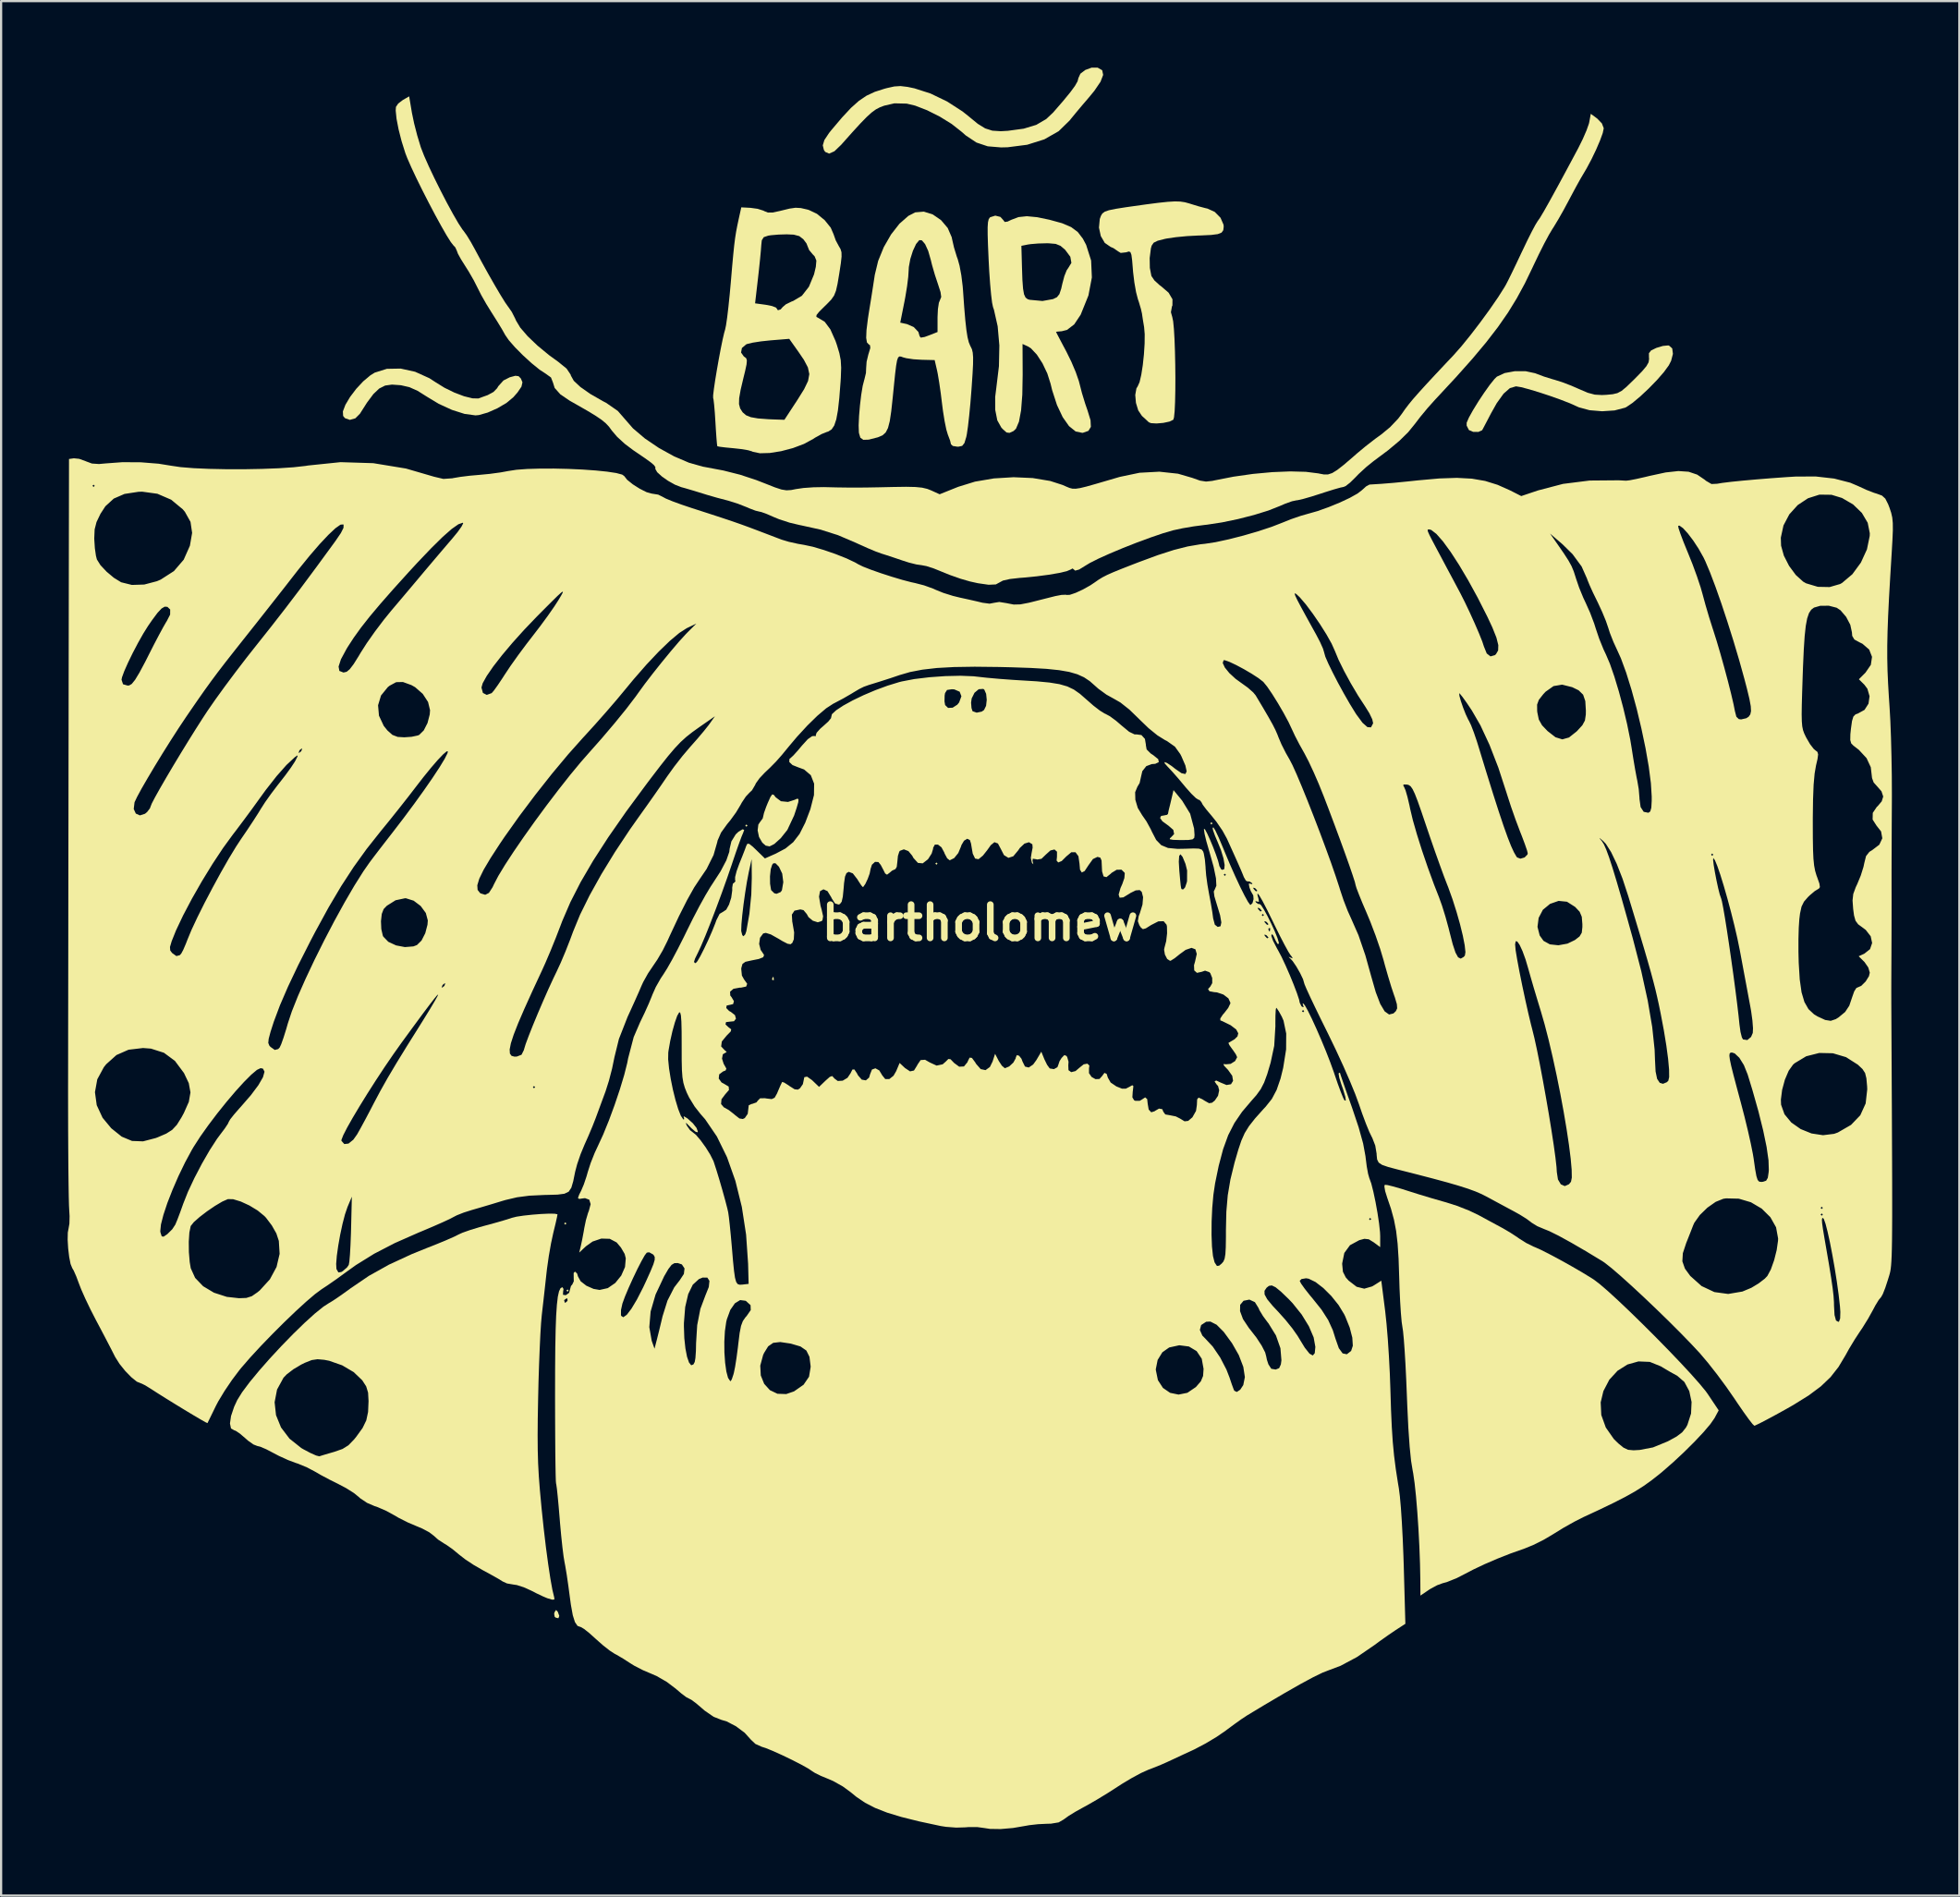
<source format=kicad_pcb>
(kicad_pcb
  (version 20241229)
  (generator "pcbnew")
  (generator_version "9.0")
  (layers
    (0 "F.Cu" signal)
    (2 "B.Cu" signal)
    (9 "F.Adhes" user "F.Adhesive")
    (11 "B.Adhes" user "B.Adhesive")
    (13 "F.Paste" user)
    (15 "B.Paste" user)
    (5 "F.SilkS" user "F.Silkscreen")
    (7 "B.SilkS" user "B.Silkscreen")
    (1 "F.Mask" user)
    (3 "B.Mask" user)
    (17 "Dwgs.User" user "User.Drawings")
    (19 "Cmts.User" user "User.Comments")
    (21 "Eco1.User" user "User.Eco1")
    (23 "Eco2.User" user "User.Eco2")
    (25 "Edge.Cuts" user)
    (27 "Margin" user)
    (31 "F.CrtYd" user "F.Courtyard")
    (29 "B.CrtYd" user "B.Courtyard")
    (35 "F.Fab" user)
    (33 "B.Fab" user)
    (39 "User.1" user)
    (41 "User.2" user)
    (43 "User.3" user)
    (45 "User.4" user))
  (footprint "bartholomew"
    (layer "F.Cu")
    (at 41.134 38.56)
    (property "Reference" "bartholomew" (at 0 0 0) (layer "F.SilkS") (effects (font (size 1.5 1.5) (thickness 0.3))))
    (attr board_only exclude_from_pos_files exclude_from_bom)
    (fp_poly (pts (xy -18.647 13.557) (xy -18.697 13.607) (xy -18.748 13.557) (xy -18.697 13.506)) (stroke (width 0) (type solid)) (fill yes) (layer "F.SilkS"))
    (fp_poly (pts (xy -18.546 16.581) (xy -18.596 16.631) (xy -18.647 16.581) (xy -18.596 16.53)) (stroke (width 0) (type solid)) (fill yes) (layer "F.SilkS"))
    (fp_poly (pts (xy -10.483 -4.385) (xy -10.533 -4.334) (xy -10.583 -4.385) (xy -10.533 -4.435)) (stroke (width 0) (type solid)) (fill yes) (layer "F.SilkS"))
    (fp_poly (pts (xy -1.915 -2.671) (xy -1.965 -2.621) (xy -2.016 -2.671) (xy -1.965 -2.721)) (stroke (width 0) (type solid)) (fill yes) (layer "F.SilkS"))
    (fp_poly (pts (xy 10.483 -4.485) (xy 10.432 -4.435) (xy 10.382 -4.485) (xy 10.432 -4.536)) (stroke (width 0) (type solid)) (fill yes) (layer "F.SilkS"))
    (fp_poly (pts (xy -9.307 2.453) (xy -9.295 2.572) (xy -9.307 2.587) (xy -9.367 2.573) (xy -9.374 2.52) (xy -9.337 2.437)) (stroke (width 0) (type solid)) (fill yes) (layer "F.SilkS"))
    (fp_poly (pts (xy -19.038 31.061) (xy -18.968 31.25) (xy -19.01 31.355) (xy -19.133 31.326) (xy -19.177 31.287) (xy -19.2 31.153) (xy -19.18 31.077) (xy -19.114 30.982)) (stroke (width 0) (type solid)) (fill yes) (layer "F.SilkS"))
    (fp_poly (pts (xy -9.297 -5.771) (xy -9.213 -5.662) (xy -8.977 -5.484) (xy -8.656 -5.452) (xy -8.359 -5.547) (xy -8.238 -5.6) (xy -8.183 -5.576) (xy -8.192 -5.445) (xy -8.269 -5.178) (xy -8.38 -4.844) (xy -8.686 -4.191) (xy -8.985 -3.816) (xy -9.274 -3.555) (xy -9.487 -3.447) (xy -9.664 -3.482) (xy -9.815 -3.615) (xy -9.963 -3.87) (xy -10.026 -4.17) (xy -9.994 -4.431) (xy -9.92 -4.542) (xy -9.797 -4.709) (xy -9.777 -4.792) (xy -9.739 -4.955) (xy -9.643 -5.226) (xy -9.572 -5.401) (xy -9.449 -5.676) (xy -9.369 -5.791)) (stroke (width 0) (type solid)) (fill yes) (layer "F.SilkS"))
    (fp_poly (pts (xy 9.113 -5.51) (xy 9.474 -4.922) (xy 9.651 -4.255) (xy 9.672 -3.956) (xy 9.659 -3.832) (xy 9.583 -3.765) (xy 9.4 -3.737) (xy 9.062 -3.732) (xy 9.046 -3.732) (xy 8.711 -3.742) (xy 8.556 -3.769) (xy 8.562 -3.818) (xy 8.593 -3.838) (xy 8.751 -4.004) (xy 8.714 -4.192) (xy 8.485 -4.39) (xy 8.47 -4.399) (xy 8.224 -4.578) (xy 8.118 -4.728) (xy 8.165 -4.821) (xy 8.268 -4.838) (xy 8.434 -4.871) (xy 8.474 -4.914) (xy 8.505 -5.071) (xy 8.522 -5.14) (xy 8.572 -5.339) (xy 8.638 -5.618) (xy 8.643 -5.638) (xy 8.724 -5.985)) (stroke (width 0) (type solid)) (fill yes) (layer "F.SilkS"))
    (fp_poly (pts (xy -25.469 -24.848) (xy -24.825 -24.557) (xy -24.54 -24.372) (xy -24.143 -24.126) (xy -23.701 -23.91) (xy -23.266 -23.745) (xy -22.889 -23.65) (xy -22.623 -23.643) (xy -22.604 -23.649) (xy -22.195 -23.796) (xy -21.934 -23.938) (xy -21.772 -24.105) (xy -21.718 -24.196) (xy -21.484 -24.456) (xy -21.202 -24.599) (xy -20.948 -24.667) (xy -20.803 -24.648) (xy -20.7 -24.543) (xy -20.629 -24.372) (xy -20.674 -24.175) (xy -20.852 -23.914) (xy -21.041 -23.699) (xy -21.346 -23.445) (xy -21.755 -23.203) (xy -22.196 -23.008) (xy -22.595 -22.895) (xy -22.745 -22.881) (xy -23.233 -22.946) (xy -23.806 -23.128) (xy -24.406 -23.403) (xy -24.916 -23.711) (xy -25.357 -23.988) (xy -25.727 -24.153) (xy -26.098 -24.238) (xy -26.137 -24.243) (xy -26.514 -24.269) (xy -26.82 -24.226) (xy -27.088 -24.091) (xy -27.35 -23.842) (xy -27.639 -23.455) (xy -27.956 -22.956) (xy -28.164 -22.748) (xy -28.411 -22.678) (xy -28.631 -22.755) (xy -28.714 -22.855) (xy -28.725 -23.061) (xy -28.611 -23.359) (xy -28.402 -23.71) (xy -28.126 -24.075) (xy -27.811 -24.413) (xy -27.487 -24.686) (xy -27.291 -24.808) (xy -26.742 -24.98) (xy -26.121 -24.991)) (stroke (width 0) (type solid)) (fill yes) (layer "F.SilkS"))
    (fp_poly (pts (xy 5.508 -38.444) (xy 5.552 -38.234) (xy 5.434 -37.925) (xy 5.153 -37.512) (xy 4.913 -37.221) (xy 4.605 -36.861) (xy 4.319 -36.52) (xy 4.1 -36.253) (xy 4.039 -36.176) (xy 3.545 -35.694) (xy 2.9 -35.327) (xy 2.127 -35.083) (xy 1.246 -34.97) (xy 0.947 -34.963) (xy 0.347 -35.013) (xy -0.158 -35.182) (xy -0.637 -35.499) (xy -0.842 -35.678) (xy -1.28 -36.022) (xy -1.816 -36.353) (xy -2.386 -36.639) (xy -2.926 -36.848) (xy -3.306 -36.938) (xy -3.859 -36.951) (xy -4.32 -36.845) (xy -4.513 -36.772) (xy -4.693 -36.678) (xy -4.883 -36.54) (xy -5.107 -36.337) (xy -5.389 -36.048) (xy -5.753 -35.651) (xy -6.223 -35.123) (xy -6.258 -35.083) (xy -6.564 -34.79) (xy -6.802 -34.684) (xy -6.98 -34.761) (xy -7.039 -34.849) (xy -7.089 -35.056) (xy -7.017 -35.296) (xy -6.809 -35.61) (xy -6.701 -35.745) (xy -6.218 -36.315) (xy -5.816 -36.746) (xy -5.459 -37.065) (xy -5.114 -37.297) (xy -4.744 -37.469) (xy -4.317 -37.606) (xy -4.195 -37.639) (xy -3.865 -37.712) (xy -3.586 -37.73) (xy -3.268 -37.692) (xy -2.957 -37.627) (xy -2.231 -37.394) (xy -1.48 -37.032) (xy -0.784 -36.582) (xy -0.504 -36.358) (xy -0.099 -36.026) (xy 0.233 -35.821) (xy 0.556 -35.718) (xy 0.933 -35.694) (xy 1.255 -35.712) (xy 1.972 -35.809) (xy 2.535 -35.98) (xy 2.984 -36.242) (xy 3.295 -36.535) (xy 3.744 -37.053) (xy 4.068 -37.447) (xy 4.281 -37.737) (xy 4.398 -37.943) (xy 4.435 -38.087) (xy 4.435 -38.089) (xy 4.524 -38.286) (xy 4.745 -38.455) (xy 5.028 -38.559) (xy 5.303 -38.56)) (stroke (width 0) (type solid)) (fill yes) (layer "F.SilkS"))
    (fp_poly (pts (xy 31.062 -26.029) (xy 31.208 -25.901) (xy 31.24 -25.656) (xy 31.158 -25.34) (xy 31.054 -25.137) (xy 30.833 -24.833) (xy 30.518 -24.472) (xy 30.148 -24.092) (xy 29.768 -23.736) (xy 29.418 -23.444) (xy 29.142 -23.257) (xy 29.086 -23.229) (xy 28.609 -23.104) (xy 28.047 -23.067) (xy 27.481 -23.114) (xy 26.998 -23.245) (xy 26.903 -23.288) (xy 26.594 -23.427) (xy 26.176 -23.589) (xy 25.699 -23.759) (xy 25.211 -23.92) (xy 24.761 -24.056) (xy 24.398 -24.152) (xy 24.17 -24.19) (xy 24.161 -24.19) (xy 23.89 -24.11) (xy 23.605 -23.86) (xy 23.297 -23.432) (xy 23.028 -22.953) (xy 22.852 -22.615) (xy 22.717 -22.358) (xy 22.645 -22.223) (xy 22.639 -22.212) (xy 22.469 -22.135) (xy 22.232 -22.138) (xy 22.045 -22.218) (xy 22.043 -22.22) (xy 21.94 -22.42) (xy 21.941 -22.551) (xy 22.041 -22.782) (xy 22.228 -23.118) (xy 22.469 -23.51) (xy 22.733 -23.907) (xy 22.986 -24.262) (xy 23.197 -24.524) (xy 23.304 -24.628) (xy 23.657 -24.79) (xy 24.116 -24.874) (xy 24.6 -24.873) (xy 25.029 -24.781) (xy 25.078 -24.762) (xy 25.424 -24.632) (xy 25.816 -24.51) (xy 25.904 -24.486) (xy 26.238 -24.381) (xy 26.655 -24.222) (xy 27.006 -24.069) (xy 27.402 -23.9) (xy 27.717 -23.816) (xy 28.041 -23.798) (xy 28.245 -23.808) (xy 28.526 -23.835) (xy 28.737 -23.885) (xy 28.929 -23.988) (xy 29.151 -24.173) (xy 29.456 -24.468) (xy 29.518 -24.529) (xy 29.844 -24.862) (xy 30.044 -25.099) (xy 30.143 -25.275) (xy 30.166 -25.43) (xy 30.16 -25.491) (xy 30.158 -25.684) (xy 30.255 -25.809) (xy 30.498 -25.926) (xy 30.499 -25.926) (xy 30.787 -26.012) (xy 31.024 -26.035)) (stroke (width 0) (type solid)) (fill yes) (layer "F.SilkS"))
    (fp_poly (pts (xy 9.031 -32.522) (xy 9.236 -32.491) (xy 9.43 -32.438) (xy 9.475 -32.424) (xy 9.831 -32.314) (xy 10.169 -32.224) (xy 10.255 -32.205) (xy 10.582 -32.056) (xy 10.843 -31.792) (xy 10.979 -31.479) (xy 10.987 -31.39) (xy 10.968 -31.23) (xy 10.89 -31.122) (xy 10.719 -31.054) (xy 10.421 -31.016) (xy 9.964 -30.994) (xy 9.83 -30.99) (xy 9.333 -30.964) (xy 8.834 -30.916) (xy 8.423 -30.856) (xy 8.337 -30.839) (xy 8.01 -30.755) (xy 7.829 -30.666) (xy 7.739 -30.534) (xy 7.704 -30.408) (xy 7.649 -29.974) (xy 7.657 -29.53) (xy 7.725 -29.174) (xy 7.73 -29.161) (xy 7.864 -28.965) (xy 8.096 -28.753) (xy 8.163 -28.705) (xy 8.502 -28.413) (xy 8.677 -28.116) (xy 8.675 -27.839) (xy 8.653 -27.791) (xy 8.607 -27.531) (xy 8.668 -27.315) (xy 8.708 -27.123) (xy 8.742 -26.777) (xy 8.769 -26.313) (xy 8.789 -25.767) (xy 8.802 -25.175) (xy 8.808 -24.574) (xy 8.805 -23.999) (xy 8.794 -23.486) (xy 8.775 -23.071) (xy 8.746 -22.791) (xy 8.715 -22.685) (xy 8.541 -22.601) (xy 8.262 -22.542) (xy 7.957 -22.516) (xy 7.708 -22.531) (xy 7.61 -22.571) (xy 7.462 -22.71) (xy 7.298 -22.859) (xy 7.133 -23.106) (xy 7.03 -23.445) (xy 6.999 -23.801) (xy 7.051 -24.096) (xy 7.112 -24.198) (xy 7.194 -24.381) (xy 7.271 -24.715) (xy 7.339 -25.149) (xy 7.39 -25.632) (xy 7.421 -26.113) (xy 7.425 -26.542) (xy 7.398 -26.862) (xy 7.346 -27.174) (xy 7.307 -27.431) (xy 7.303 -27.466) (xy 7.254 -27.682) (xy 7.163 -27.989) (xy 7.118 -28.121) (xy 7.035 -28.441) (xy 6.958 -28.878) (xy 6.901 -29.349) (xy 6.893 -29.449) (xy 6.859 -29.868) (xy 6.826 -30.12) (xy 6.78 -30.243) (xy 6.709 -30.27) (xy 6.598 -30.237) (xy 6.592 -30.234) (xy 6.343 -30.206) (xy 6.223 -30.279) (xy 6.012 -30.424) (xy 5.888 -30.477) (xy 5.626 -30.656) (xy 5.445 -30.967) (xy 5.363 -31.348) (xy 5.4 -31.737) (xy 5.452 -31.88) (xy 5.516 -31.986) (xy 5.624 -32.065) (xy 5.811 -32.131) (xy 6.113 -32.193) (xy 6.569 -32.265) (xy 6.737 -32.289) (xy 7.469 -32.392) (xy 8.033 -32.465) (xy 8.46 -32.51) (xy 8.783 -32.529)) (stroke (width 0) (type solid)) (fill yes) (layer "F.SilkS"))
    (fp_poly (pts (xy 0.92 -31.83) (xy 1.05 -31.686) (xy 1.114 -31.601) (xy 1.242 -31.619) (xy 1.41 -31.699) (xy 1.737 -31.822) (xy 2.112 -31.861) (xy 2.582 -31.816) (xy 3.13 -31.702) (xy 3.698 -31.546) (xy 4.108 -31.371) (xy 4.407 -31.149) (xy 4.637 -30.848) (xy 4.785 -30.569) (xy 5.009 -29.863) (xy 5.043 -29.1) (xy 4.888 -28.288) (xy 4.544 -27.435) (xy 4.535 -27.416) (xy 4.247 -26.984) (xy 3.922 -26.735) (xy 3.685 -26.675) (xy 3.493 -26.659) (xy 3.427 -26.646) (xy 3.471 -26.557) (xy 3.59 -26.329) (xy 3.763 -26.001) (xy 3.896 -25.751) (xy 4.119 -25.296) (xy 4.316 -24.832) (xy 4.455 -24.433) (xy 4.489 -24.303) (xy 4.596 -23.887) (xy 4.742 -23.409) (xy 4.848 -23.102) (xy 4.983 -22.662) (xy 4.998 -22.363) (xy 4.887 -22.183) (xy 4.646 -22.098) (xy 4.613 -22.093) (xy 4.312 -22.155) (xy 4.012 -22.398) (xy 3.727 -22.802) (xy 3.47 -23.347) (xy 3.253 -24.014) (xy 3.18 -24.312) (xy 3.033 -24.774) (xy 2.816 -25.229) (xy 2.56 -25.623) (xy 2.298 -25.902) (xy 2.168 -25.986) (xy 1.917 -26.1) (xy 1.923 -24.717) (xy 1.907 -23.816) (xy 1.852 -23.11) (xy 1.757 -22.599) (xy 1.622 -22.28) (xy 1.51 -22.174) (xy 1.329 -22.092) (xy 1.197 -22.11) (xy 1.038 -22.25) (xy 0.962 -22.33) (xy 0.779 -22.659) (xy 0.685 -23.134) (xy 0.684 -23.715) (xy 0.737 -24.14) (xy 0.853 -25.099) (xy 0.872 -26.035) (xy 0.796 -26.898) (xy 0.629 -27.64) (xy 0.585 -27.769) (xy 0.544 -27.966) (xy 0.5 -28.325) (xy 0.456 -28.808) (xy 0.416 -29.374) (xy 0.389 -29.885) (xy 0.361 -30.526) (xy 1.865 -30.526) (xy 1.892 -29.55) (xy 1.911 -28.989) (xy 1.94 -28.596) (xy 1.984 -28.342) (xy 2.053 -28.193) (xy 2.153 -28.117) (xy 2.243 -28.092) (xy 2.816 -28.039) (xy 3.292 -28.124) (xy 3.467 -28.209) (xy 3.579 -28.348) (xy 3.662 -28.597) (xy 3.712 -28.819) (xy 3.802 -29.159) (xy 3.908 -29.425) (xy 3.983 -29.534) (xy 4.12 -29.758) (xy 4.071 -30.034) (xy 3.839 -30.345) (xy 3.838 -30.347) (xy 3.629 -30.525) (xy 3.412 -30.613) (xy 3.101 -30.64) (xy 2.994 -30.641) (xy 2.621 -30.631) (xy 2.285 -30.603) (xy 2.154 -30.584) (xy 1.865 -30.526) (xy 0.361 -30.526) (xy 0.36 -30.542) (xy 0.345 -31.025) (xy 0.344 -31.364) (xy 0.359 -31.587) (xy 0.39 -31.723) (xy 0.44 -31.799) (xy 0.459 -31.815) (xy 0.688 -31.888)) (stroke (width 0) (type solid)) (fill yes) (layer "F.SilkS"))
    (fp_poly (pts (xy -2.13 -31.941) (xy -1.757 -31.684) (xy -1.457 -31.331) (xy -1.276 -30.913) (xy -1.258 -30.824) (xy -1.171 -30.445) (xy -1.046 -30.037) (xy -1.008 -29.936) (xy -0.922 -29.627) (xy -0.842 -29.193) (xy -0.782 -28.709) (xy -0.767 -28.525) (xy -0.713 -27.761) (xy -0.663 -27.172) (xy -0.614 -26.73) (xy -0.563 -26.407) (xy -0.506 -26.178) (xy -0.439 -26.014) (xy -0.422 -25.984) (xy -0.364 -25.862) (xy -0.328 -25.71) (xy -0.311 -25.496) (xy -0.314 -25.185) (xy -0.337 -24.745) (xy -0.378 -24.143) (xy -0.386 -24.029) (xy -0.434 -23.431) (xy -0.488 -22.87) (xy -0.542 -22.391) (xy -0.593 -22.04) (xy -0.619 -21.909) (xy -0.703 -21.634) (xy -0.804 -21.506) (xy -0.97 -21.47) (xy -1.02 -21.469) (xy -1.227 -21.502) (xy -1.31 -21.58) (xy -1.348 -21.742) (xy -1.44 -21.987) (xy -1.449 -22.008) (xy -1.519 -22.242) (xy -1.596 -22.618) (xy -1.669 -23.074) (xy -1.709 -23.384) (xy -1.771 -23.884) (xy -1.84 -24.363) (xy -1.905 -24.751) (xy -1.937 -24.908) (xy -2.045 -25.374) (xy -2.629 -25.388) (xy -3 -25.411) (xy -3.323 -25.459) (xy -3.466 -25.497) (xy -3.563 -25.532) (xy -3.636 -25.538) (xy -3.693 -25.489) (xy -3.739 -25.361) (xy -3.781 -25.127) (xy -3.826 -24.764) (xy -3.879 -24.246) (xy -3.935 -23.687) (xy -4.002 -23.069) (xy -4.069 -22.621) (xy -4.149 -22.312) (xy -4.253 -22.11) (xy -4.393 -21.983) (xy -4.582 -21.901) (xy -4.626 -21.887) (xy -5.017 -21.787) (xy -5.26 -21.779) (xy -5.395 -21.874) (xy -5.457 -22.082) (xy -5.462 -22.124) (xy -5.472 -22.431) (xy -5.453 -22.856) (xy -5.412 -23.336) (xy -5.356 -23.807) (xy -5.29 -24.207) (xy -5.222 -24.473) (xy -5.217 -24.485) (xy -5.143 -24.792) (xy -5.133 -25.02) (xy -5.113 -25.301) (xy -5.035 -25.627) (xy -5.022 -25.666) (xy -4.946 -25.92) (xy -4.96 -26.044) (xy -5.014 -26.08) (xy -5.098 -26.169) (xy -5.132 -26.377) (xy -5.118 -26.725) (xy -5.076 -27.063) (xy -3.596 -27.063) (xy -3.29 -26.996) (xy -2.986 -26.862) (xy -2.779 -26.643) (xy -2.721 -26.447) (xy -2.67 -26.386) (xy -2.493 -26.418) (xy -2.318 -26.482) (xy -1.915 -26.64) (xy -1.915 -27.31) (xy -1.898 -27.674) (xy -1.855 -27.958) (xy -1.799 -28.096) (xy -1.749 -28.219) (xy -1.78 -28.44) (xy -1.895 -28.797) (xy -2.035 -29.219) (xy -2.163 -29.661) (xy -2.218 -29.885) (xy -2.336 -30.296) (xy -2.476 -30.603) (xy -2.621 -30.773) (xy -2.737 -30.783) (xy -2.882 -30.609) (xy -3.025 -30.303) (xy -3.142 -29.933) (xy -3.209 -29.568) (xy -3.217 -29.425) (xy -3.236 -29.124) (xy -3.289 -28.699) (xy -3.367 -28.223) (xy -3.405 -28.021) (xy -3.596 -27.063) (xy -5.076 -27.063) (xy -5.055 -27.236) (xy -4.998 -27.603) (xy -4.913 -28.125) (xy -4.825 -28.688) (xy -4.75 -29.178) (xy -4.744 -29.217) (xy -4.592 -29.846) (xy -4.339 -30.467) (xy -4.01 -31.039) (xy -3.632 -31.523) (xy -3.23 -31.876) (xy -2.923 -32.035) (xy -2.534 -32.068)) (stroke (width 0) (type solid)) (fill yes) (layer "F.SilkS"))
    (fp_poly (pts (xy 18.381 11.825) (xy 18.656 11.893) (xy 19.029 12.002) (xy 19.277 12.081) (xy 19.806 12.248) (xy 20.383 12.422) (xy 20.901 12.571) (xy 21.015 12.603) (xy 21.51 12.761) (xy 22.034 12.967) (xy 22.474 13.176) (xy 22.477 13.178) (xy 22.873 13.393) (xy 23.265 13.605) (xy 23.547 13.757) (xy 23.894 13.959) (xy 24.235 14.182) (xy 24.303 14.231) (xy 24.622 14.433) (xy 24.955 14.598) (xy 24.997 14.614) (xy 25.274 14.737) (xy 25.676 14.94) (xy 26.154 15.195) (xy 26.662 15.478) (xy 27.151 15.762) (xy 27.575 16.021) (xy 27.668 16.081) (xy 27.938 16.286) (xy 28.319 16.614) (xy 28.787 17.043) (xy 29.317 17.547) (xy 29.885 18.102) (xy 30.467 18.683) (xy 31.037 19.265) (xy 31.572 19.824) (xy 32.047 20.336) (xy 32.437 20.776) (xy 32.719 21.118) (xy 32.811 21.246) (xy 33.303 21.981) (xy 33.115 22.332) (xy 32.93 22.598) (xy 32.622 22.961) (xy 32.22 23.389) (xy 31.757 23.849) (xy 31.264 24.31) (xy 30.772 24.74) (xy 30.644 24.846) (xy 30.281 25.132) (xy 29.922 25.389) (xy 29.534 25.634) (xy 29.085 25.886) (xy 28.542 26.163) (xy 27.872 26.485) (xy 27.214 26.79) (xy 26.793 27.003) (xy 26.309 27.275) (xy 25.866 27.548) (xy 25.854 27.556) (xy 25.418 27.814) (xy 24.938 28.054) (xy 24.514 28.226) (xy 24.493 28.233) (xy 23.938 28.428) (xy 23.328 28.668) (xy 22.736 28.923) (xy 22.235 29.161) (xy 22.074 29.246) (xy 21.493 29.545) (xy 21.045 29.725) (xy 20.857 29.776) (xy 20.609 29.867) (xy 20.31 30.028) (xy 20.227 30.081) (xy 19.856 30.333) (xy 19.851 29.605) (xy 19.837 28.887) (xy 19.808 28.113) (xy 19.767 27.324) (xy 19.715 26.56) (xy 19.657 25.861) (xy 19.594 25.267) (xy 19.53 24.82) (xy 19.506 24.694) (xy 19.434 24.254) (xy 19.37 23.616) (xy 19.312 22.787) (xy 19.263 21.769) (xy 19.257 21.62) (xy 27.983 21.62) (xy 28.01 22.19) (xy 28.214 22.756) (xy 28.575 23.273) (xy 28.777 23.471) (xy 29.014 23.664) (xy 29.214 23.759) (xy 29.461 23.782) (xy 29.739 23.767) (xy 30.342 23.652) (xy 31.003 23.381) (xy 31.008 23.379) (xy 31.401 23.164) (xy 31.656 22.972) (xy 31.826 22.759) (xy 31.894 22.632) (xy 32.057 22.126) (xy 32.081 21.604) (xy 31.977 21.113) (xy 31.756 20.702) (xy 31.428 20.418) (xy 31.415 20.412) (xy 31.121 20.25) (xy 30.783 20.052) (xy 30.692 19.996) (xy 30.197 19.796) (xy 29.687 19.775) (xy 29.193 19.913) (xy 28.744 20.195) (xy 28.372 20.6) (xy 28.105 21.113) (xy 27.983 21.62) (xy 19.257 21.62) (xy 19.245 21.318) (xy 19.215 20.584) (xy 19.181 19.894) (xy 19.144 19.28) (xy 19.107 18.775) (xy 19.072 18.411) (xy 19.047 18.244) (xy 19.01 17.994) (xy 18.974 17.586) (xy 18.941 17.063) (xy 18.914 16.468) (xy 18.899 15.969) (xy 18.871 15.136) (xy 18.827 14.459) (xy 18.76 13.89) (xy 18.663 13.385) (xy 18.53 12.896) (xy 18.36 12.398) (xy 18.266 12.097) (xy 18.23 11.882) (xy 18.25 11.81)) (stroke (width 0) (type solid)) (fill yes) (layer "F.SilkS"))
    (fp_poly (pts (xy -19.179 13.115) (xy -19.054 13.139) (xy -19.05 13.147) (xy -19.073 13.274) (xy -19.133 13.543) (xy -19.22 13.902) (xy -19.242 13.994) (xy -19.342 14.458) (xy -19.441 15.024) (xy -19.522 15.592) (xy -19.543 15.774) (xy -19.606 16.345) (xy -19.676 16.973) (xy -19.742 17.547) (xy -19.758 17.689) (xy -19.789 18.036) (xy -19.821 18.547) (xy -19.851 19.185) (xy -19.88 19.911) (xy -19.905 20.688) (xy -19.922 21.419) (xy -19.939 22.341) (xy -19.945 23.109) (xy -19.94 23.77) (xy -19.923 24.37) (xy -19.891 24.957) (xy -19.843 25.577) (xy -19.778 26.279) (xy -19.766 26.408) (xy -19.671 27.309) (xy -19.571 28.154) (xy -19.469 28.915) (xy -19.371 29.563) (xy -19.28 30.069) (xy -19.2 30.404) (xy -19.197 30.414) (xy -19.189 30.509) (xy -19.284 30.518) (xy -19.504 30.454) (xy -19.702 30.371) (xy -20.001 30.229) (xy -20.231 30.111) (xy -20.57 29.958) (xy -20.884 29.858) (xy -21.04 29.835) (xy -21.328 29.785) (xy -21.522 29.696) (xy -21.706 29.582) (xy -22.008 29.411) (xy -22.367 29.215) (xy -22.421 29.186) (xy -22.822 28.955) (xy -23.207 28.701) (xy -23.493 28.479) (xy -23.498 28.474) (xy -23.784 28.238) (xy -24.065 28.041) (xy -24.159 27.986) (xy -24.433 27.808) (xy -24.633 27.63) (xy -24.831 27.479) (xy -25.142 27.313) (xy -25.389 27.209) (xy -25.8 27.034) (xy -26.219 26.823) (xy -26.408 26.712) (xy -26.77 26.513) (xy -27.155 26.346) (xy -27.295 26.299) (xy -27.638 26.151) (xy -27.944 25.946) (xy -28.001 25.893) (xy -28.233 25.706) (xy -28.575 25.49) (xy -28.928 25.304) (xy -29.329 25.104) (xy -29.721 24.895) (xy -29.986 24.742) (xy -30.352 24.549) (xy -30.758 24.382) (xy -30.851 24.352) (xy -31.203 24.22) (xy -31.614 24.032) (xy -31.867 23.899) (xy -32.185 23.733) (xy -32.452 23.62) (xy -32.589 23.586) (xy -32.756 23.52) (xy -32.994 23.353) (xy -33.131 23.233) (xy -33.368 23.03) (xy -33.559 22.903) (xy -33.624 22.88) (xy -33.769 22.798) (xy -33.816 22.573) (xy -33.768 22.237) (xy -33.628 21.82) (xy -33.533 21.615) (xy -31.803 21.615) (xy -31.74 22.196) (xy -31.514 22.753) (xy -31.131 23.258) (xy -30.602 23.679) (xy -30.514 23.731) (xy -30.191 23.902) (xy -29.932 24.017) (xy -29.789 24.053) (xy -29.785 24.052) (xy -29.639 24.006) (xy -29.366 23.925) (xy -29.104 23.849) (xy -28.742 23.722) (xy -28.475 23.556) (xy -28.221 23.294) (xy -28.121 23.17) (xy -27.837 22.777) (xy -27.67 22.433) (xy -27.589 22.053) (xy -27.568 21.562) (xy -27.589 21.181) (xy -27.674 20.902) (xy -27.85 20.628) (xy -28.238 20.257) (xy -28.758 19.95) (xy -29.343 19.746) (xy -29.562 19.703) (xy -29.867 19.676) (xy -30.129 19.714) (xy -30.435 19.835) (xy -30.604 19.918) (xy -30.951 20.124) (xy -31.254 20.356) (xy -31.402 20.509) (xy -31.693 21.043) (xy -31.803 21.615) (xy -33.533 21.615) (xy -33.487 21.516) (xy -33.268 21.164) (xy -32.933 20.715) (xy -32.507 20.199) (xy -32.019 19.644) (xy -31.495 19.079) (xy -30.964 18.534) (xy -30.453 18.037) (xy -29.989 17.617) (xy -29.599 17.303) (xy -29.357 17.147) (xy -29.148 17.02) (xy -28.837 16.809) (xy -28.48 16.554) (xy -28.374 16.476) (xy -27.554 15.918) (xy -26.651 15.413) (xy -25.62 14.937) (xy -24.946 14.664) (xy -24.468 14.475) (xy -24.042 14.298) (xy -23.712 14.153) (xy -23.524 14.059) (xy -23.516 14.054) (xy -23.325 13.968) (xy -22.994 13.852) (xy -22.578 13.725) (xy -22.331 13.656) (xy -21.885 13.535) (xy -21.488 13.421) (xy -21.197 13.332) (xy -21.103 13.3) (xy -20.894 13.248) (xy -20.573 13.2) (xy -20.191 13.159) (xy -19.798 13.128) (xy -19.444 13.112)) (stroke (width 0) (type solid)) (fill yes) (layer "F.SilkS"))
    (fp_poly (pts (xy -10.346 -32.239) (xy -10.027 -32.195) (xy -9.767 -32.113) (xy -9.727 -32.091) (xy -9.563 -32.026) (xy -9.347 -32.028) (xy -9.013 -32.1) (xy -8.974 -32.11) (xy -8.589 -32.204) (xy -8.317 -32.243) (xy -8.078 -32.229) (xy -7.793 -32.164) (xy -7.715 -32.142) (xy -7.352 -31.969) (xy -7.003 -31.683) (xy -6.731 -31.345) (xy -6.604 -31.053) (xy -6.504 -30.771) (xy -6.368 -30.517) (xy -6.288 -30.379) (xy -6.246 -30.236) (xy -6.242 -30.04) (xy -6.274 -29.744) (xy -6.342 -29.3) (xy -6.348 -29.262) (xy -6.424 -28.809) (xy -6.494 -28.5) (xy -6.581 -28.281) (xy -6.711 -28.097) (xy -6.907 -27.894) (xy -6.996 -27.808) (xy -7.25 -27.556) (xy -7.371 -27.406) (xy -7.378 -27.323) (xy -7.288 -27.274) (xy -7.287 -27.274) (xy -7.001 -27.1) (xy -6.748 -26.76) (xy -6.516 -26.24) (xy -6.453 -26.058) (xy -6.341 -25.686) (xy -6.279 -25.368) (xy -6.26 -25.028) (xy -6.275 -24.59) (xy -6.287 -24.395) (xy -6.344 -23.662) (xy -6.406 -23.106) (xy -6.48 -22.702) (xy -6.572 -22.425) (xy -6.689 -22.251) (xy -6.839 -22.154) (xy -6.91 -22.132) (xy -7.146 -22.037) (xy -7.438 -21.874) (xy -7.521 -21.82) (xy -7.936 -21.594) (xy -8.436 -21.406) (xy -8.968 -21.266) (xy -9.481 -21.185) (xy -9.925 -21.173) (xy -10.248 -21.241) (xy -10.281 -21.258) (xy -10.454 -21.309) (xy -10.761 -21.361) (xy -11.125 -21.401) (xy -11.473 -21.434) (xy -11.731 -21.466) (xy -11.843 -21.489) (xy -11.844 -21.49) (xy -11.86 -21.596) (xy -11.883 -21.861) (xy -11.909 -22.239) (xy -11.928 -22.555) (xy -11.956 -22.994) (xy -11.987 -23.357) (xy -11.991 -23.391) (xy -10.866 -23.391) (xy -10.814 -23.194) (xy -10.706 -23.026) (xy -10.695 -23.013) (xy -10.549 -22.887) (xy -10.334 -22.8) (xy -10.01 -22.743) (xy -9.54 -22.708) (xy -9.273 -22.697) (xy -8.819 -22.682) (xy -8.228 -23.585) (xy -7.93 -24.063) (xy -7.753 -24.432) (xy -7.696 -24.742) (xy -7.76 -25.043) (xy -7.941 -25.386) (xy -8.181 -25.74) (xy -8.601 -26.332) (xy -9.449 -26.263) (xy -9.874 -26.218) (xy -10.247 -26.16) (xy -10.502 -26.099) (xy -10.541 -26.083) (xy -10.735 -25.919) (xy -10.773 -25.715) (xy -10.647 -25.536) (xy -10.618 -25.518) (xy -10.542 -25.458) (xy -10.511 -25.359) (xy -10.526 -25.179) (xy -10.591 -24.876) (xy -10.669 -24.559) (xy -10.793 -24.032) (xy -10.859 -23.656) (xy -10.866 -23.391) (xy -11.991 -23.391) (xy -12.015 -23.596) (xy -12.032 -23.665) (xy -12.032 -23.788) (xy -11.999 -24.066) (xy -11.942 -24.456) (xy -11.866 -24.916) (xy -11.78 -25.404) (xy -11.691 -25.877) (xy -11.606 -26.293) (xy -11.533 -26.608) (xy -11.493 -26.747) (xy -11.452 -26.94) (xy -11.4 -27.294) (xy -11.343 -27.773) (xy -11.327 -27.933) (xy -10.141 -27.933) (xy -9.657 -27.867) (xy -9.376 -27.811) (xy -9.201 -27.744) (xy -9.172 -27.709) (xy -9.113 -27.621) (xy -8.989 -27.659) (xy -8.899 -27.763) (xy -8.757 -27.886) (xy -8.503 -28.011) (xy -8.423 -28.041) (xy -8.031 -28.274) (xy -7.714 -28.681) (xy -7.483 -29.239) (xy -7.403 -29.578) (xy -7.378 -29.86) (xy -7.456 -30.051) (xy -7.547 -30.147) (xy -7.703 -30.334) (xy -7.761 -30.475) (xy -7.825 -30.636) (xy -7.967 -30.824) (xy -8.148 -30.964) (xy -8.399 -31.03) (xy -8.71 -31.044) (xy -9.083 -31.033) (xy -9.422 -31.004) (xy -9.547 -30.985) (xy -9.749 -30.917) (xy -9.838 -30.778) (xy -9.862 -30.556) (xy -9.881 -30.304) (xy -9.918 -29.911) (xy -9.968 -29.437) (xy -10.01 -29.061) (xy -10.141 -27.933) (xy -11.327 -27.933) (xy -11.285 -28.337) (xy -11.237 -28.864) (xy -11.177 -29.571) (xy -11.127 -30.115) (xy -11.084 -30.536) (xy -11.042 -30.871) (xy -10.996 -31.161) (xy -10.942 -31.442) (xy -10.875 -31.755) (xy -10.87 -31.779) (xy -10.763 -32.261)) (stroke (width 0) (type solid)) (fill yes) (layer "F.SilkS"))
    (fp_poly (pts (xy -25.612 -36.522) (xy -25.514 -36.05) (xy -25.373 -35.502) (xy -25.218 -34.99) (xy -25.204 -34.949) (xy -25.063 -34.587) (xy -24.855 -34.117) (xy -24.601 -33.581) (xy -24.32 -33.016) (xy -24.033 -32.462) (xy -23.759 -31.959) (xy -23.52 -31.546) (xy -23.335 -31.263) (xy -23.281 -31.196) (xy -23.142 -31.002) (xy -22.956 -30.698) (xy -22.785 -30.389) (xy -22.483 -29.827) (xy -22.175 -29.27) (xy -21.879 -28.752) (xy -21.617 -28.307) (xy -21.406 -27.968) (xy -21.266 -27.768) (xy -21.251 -27.75) (xy -21.107 -27.54) (xy -20.956 -27.243) (xy -20.92 -27.158) (xy -20.728 -26.838) (xy -20.394 -26.45) (xy -19.949 -26.025) (xy -19.427 -25.595) (xy -19.015 -25.296) (xy -18.638 -24.989) (xy -18.457 -24.719) (xy -18.446 -24.675) (xy -18.315 -24.44) (xy -18.013 -24.158) (xy -17.563 -23.843) (xy -16.984 -23.512) (xy -16.857 -23.447) (xy -16.332 -23.083) (xy -16.035 -22.742) (xy -15.645 -22.294) (xy -15.108 -21.839) (xy -14.473 -21.409) (xy -13.791 -21.033) (xy -13.113 -20.743) (xy -12.489 -20.568) (xy -12.448 -20.561) (xy -11.572 -20.396) (xy -10.815 -20.205) (xy -10.091 -19.966) (xy -9.664 -19.8) (xy -9.244 -19.634) (xy -8.951 -19.538) (xy -8.727 -19.502) (xy -8.515 -19.515) (xy -8.304 -19.557) (xy -7.961 -19.607) (xy -7.507 -19.639) (xy -7.03 -19.647) (xy -6.955 -19.645) (xy -6.441 -19.633) (xy -5.998 -19.627) (xy -5.568 -19.625) (xy -5.098 -19.629) (xy -4.53 -19.639) (xy -3.903 -19.653) (xy -3.329 -19.661) (xy -2.914 -19.652) (xy -2.611 -19.622) (xy -2.379 -19.567) (xy -2.217 -19.504) (xy -1.82 -19.324) (xy -0.986 -19.659) (xy -0.225 -19.894) (xy 0.627 -20.039) (xy 1.513 -20.093) (xy 2.378 -20.055) (xy 3.167 -19.923) (xy 3.718 -19.745) (xy 3.896 -19.667) (xy 4.034 -19.61) (xy 4.164 -19.577) (xy 4.315 -19.574) (xy 4.516 -19.604) (xy 4.797 -19.672) (xy 5.188 -19.782) (xy 5.719 -19.937) (xy 6.3 -20.107) (xy 7.193 -20.294) (xy 8.086 -20.342) (xy 8.927 -20.251) (xy 9.568 -20.064) (xy 9.92 -19.939) (xy 10.189 -19.897) (xy 10.471 -19.927) (xy 10.576 -19.95) (xy 11.427 -20.117) (xy 12.308 -20.242) (xy 13.175 -20.322) (xy 13.985 -20.355) (xy 14.694 -20.336) (xy 15.257 -20.265) (xy 15.307 -20.254) (xy 15.512 -20.216) (xy 15.692 -20.219) (xy 15.878 -20.28) (xy 16.102 -20.418) (xy 16.398 -20.649) (xy 16.798 -20.991) (xy 16.997 -21.166) (xy 17.377 -21.482) (xy 17.811 -21.819) (xy 18.092 -22.023) (xy 18.487 -22.349) (xy 18.853 -22.734) (xy 19.019 -22.954) (xy 19.159 -23.156) (xy 19.32 -23.368) (xy 19.519 -23.611) (xy 19.777 -23.905) (xy 20.111 -24.273) (xy 20.54 -24.735) (xy 21.082 -25.312) (xy 21.342 -25.586) (xy 21.699 -25.99) (xy 22.116 -26.504) (xy 22.556 -27.078) (xy 22.982 -27.662) (xy 23.359 -28.209) (xy 23.65 -28.668) (xy 23.715 -28.782) (xy 23.82 -28.985) (xy 23.987 -29.325) (xy 24.195 -29.758) (xy 24.421 -30.236) (xy 24.446 -30.288) (xy 24.668 -30.752) (xy 24.871 -31.158) (xy 25.035 -31.466) (xy 25.139 -31.637) (xy 25.149 -31.649) (xy 25.248 -31.792) (xy 25.423 -32.086) (xy 25.678 -32.538) (xy 26.016 -33.153) (xy 26.439 -33.935) (xy 26.951 -34.891) (xy 26.969 -34.925) (xy 27.173 -35.336) (xy 27.343 -35.727) (xy 27.451 -36.032) (xy 27.468 -36.105) (xy 27.537 -36.478) (xy 27.829 -36.262) (xy 28.037 -36.046) (xy 28.121 -35.828) (xy 28.121 -35.825) (xy 28.076 -35.612) (xy 27.953 -35.274) (xy 27.776 -34.862) (xy 27.567 -34.426) (xy 27.348 -34.016) (xy 27.235 -33.825) (xy 27.075 -33.553) (xy 26.862 -33.17) (xy 26.633 -32.742) (xy 26.549 -32.583) (xy 26.314 -32.145) (xy 26.071 -31.717) (xy 25.862 -31.371) (xy 25.805 -31.284) (xy 25.649 -31.022) (xy 25.436 -30.625) (xy 25.195 -30.145) (xy 24.949 -29.632) (xy 24.909 -29.545) (xy 24.564 -28.831) (xy 24.201 -28.162) (xy 23.802 -27.512) (xy 23.347 -26.858) (xy 22.819 -26.173) (xy 22.198 -25.432) (xy 21.466 -24.61) (xy 20.604 -23.681) (xy 20.515 -23.586) (xy 20.184 -23.217) (xy 19.847 -22.81) (xy 19.608 -22.497) (xy 19.304 -22.123) (xy 18.909 -21.735) (xy 18.396 -21.306) (xy 17.737 -20.814) (xy 17.415 -20.554) (xy 17.071 -20.237) (xy 16.922 -20.083) (xy 16.685 -19.85) (xy 16.486 -19.695) (xy 16.393 -19.655) (xy 16.244 -19.624) (xy 15.954 -19.542) (xy 15.574 -19.423) (xy 15.362 -19.354) (xy 14.945 -19.221) (xy 14.583 -19.117) (xy 14.329 -19.058) (xy 14.262 -19.05) (xy 14.065 -19.008) (xy 13.762 -18.9) (xy 13.506 -18.79) (xy 12.999 -18.59) (xy 12.355 -18.391) (xy 11.638 -18.207) (xy 10.911 -18.056) (xy 10.239 -17.953) (xy 10.136 -17.942) (xy 9.645 -17.878) (xy 9.137 -17.792) (xy 8.718 -17.702) (xy 8.708 -17.7) (xy 8.243 -17.563) (xy 7.682 -17.372) (xy 7.069 -17.146) (xy 6.446 -16.901) (xy 5.857 -16.654) (xy 5.344 -16.423) (xy 4.952 -16.226) (xy 4.78 -16.122) (xy 4.469 -15.931) (xy 4.292 -15.881) (xy 4.255 -15.912) (xy 4.172 -15.979) (xy 4.09 -15.932) (xy 3.91 -15.856) (xy 3.569 -15.776) (xy 3.103 -15.696) (xy 2.552 -15.624) (xy 1.954 -15.565) (xy 1.791 -15.553) (xy 1.346 -15.503) (xy 1.033 -15.432) (xy 0.896 -15.358) (xy 0.714 -15.259) (xy 0.389 -15.244) (xy -0.094 -15.313) (xy -0.454 -15.393) (xy -0.879 -15.516) (xy -1.365 -15.687) (xy -1.722 -15.832) (xy -2.09 -15.981) (xy -2.419 -16.086) (xy -2.637 -16.127) (xy -2.638 -16.127) (xy -2.869 -16.16) (xy -3.205 -16.244) (xy -3.487 -16.334) (xy -3.873 -16.465) (xy -4.241 -16.586) (xy -4.435 -16.647) (xy -4.691 -16.739) (xy -5.059 -16.893) (xy -5.473 -17.078) (xy -5.594 -17.134) (xy -6.398 -17.478) (xy -7.188 -17.73) (xy -8.068 -17.924) (xy -8.136 -17.937) (xy -8.586 -18.044) (xy -9.055 -18.197) (xy -9.296 -18.296) (xy -9.607 -18.432) (xy -9.855 -18.522) (xy -9.959 -18.545) (xy -10.124 -18.585) (xy -10.391 -18.686) (xy -10.527 -18.745) (xy -10.911 -18.896) (xy -11.337 -19.031) (xy -11.454 -19.062) (xy -11.848 -19.165) (xy -12.295 -19.294) (xy -12.498 -19.357) (xy -12.897 -19.48) (xy -13.293 -19.597) (xy -13.468 -19.645) (xy -13.753 -19.756) (xy -14.062 -19.929) (xy -14.345 -20.128) (xy -14.554 -20.318) (xy -14.638 -20.464) (xy -14.637 -20.484) (xy -14.638 -20.552) (xy -14.699 -20.637) (xy -14.844 -20.762) (xy -15.1 -20.947) (xy -15.491 -21.214) (xy -15.639 -21.314) (xy -16.018 -21.6) (xy -16.362 -21.916) (xy -16.6 -22.196) (xy -16.727 -22.37) (xy -16.875 -22.527) (xy -17.072 -22.689) (xy -17.348 -22.875) (xy -17.732 -23.106) (xy -18.253 -23.404) (xy -18.496 -23.541) (xy -18.92 -23.829) (xy -19.177 -24.117) (xy -19.252 -24.357) (xy -19.342 -24.588) (xy -19.566 -24.751) (xy -19.856 -24.941) (xy -20.217 -25.234) (xy -20.601 -25.584) (xy -20.961 -25.946) (xy -21.248 -26.275) (xy -21.405 -26.503) (xy -21.555 -26.769) (xy -21.772 -27.126) (xy -22.009 -27.501) (xy -22.02 -27.517) (xy -22.262 -27.909) (xy -22.488 -28.307) (xy -22.649 -28.625) (xy -22.649 -28.625) (xy -22.821 -28.965) (xy -23.05 -29.364) (xy -23.219 -29.631) (xy -23.407 -29.931) (xy -23.54 -30.174) (xy -23.586 -30.299) (xy -23.656 -30.455) (xy -23.737 -30.54) (xy -23.858 -30.694) (xy -24.048 -30.996) (xy -24.288 -31.414) (xy -24.562 -31.914) (xy -24.852 -32.464) (xy -25.14 -33.028) (xy -25.41 -33.575) (xy -25.643 -34.071) (xy -25.823 -34.482) (xy -25.908 -34.702) (xy -26.078 -35.243) (xy -26.214 -35.777) (xy -26.306 -36.253) (xy -26.344 -36.624) (xy -26.333 -36.79) (xy -26.23 -36.943) (xy -26.023 -37.1) (xy -26.019 -37.103) (xy -25.737 -37.265)) (stroke (width 0) (type solid)) (fill yes) (layer "F.SilkS"))
    (fp_poly (pts (xy -40.615 -20.922) (xy -40.333 -20.821) (xy -40.31 -20.81) (xy -40.039 -20.71) (xy -39.721 -20.688) (xy -39.421 -20.715) (xy -38.662 -20.771) (xy -37.835 -20.766) (xy -37.032 -20.702) (xy -36.463 -20.61) (xy -36.042 -20.548) (xy -35.462 -20.501) (xy -34.763 -20.47) (xy -33.988 -20.454) (xy -33.177 -20.453) (xy -32.372 -20.468) (xy -31.615 -20.497) (xy -30.947 -20.542) (xy -30.409 -20.602) (xy -30.293 -20.621) (xy -28.831 -20.772) (xy -27.354 -20.726) (xy -25.881 -20.484) (xy -24.609 -20.114) (xy -24.194 -20.016) (xy -23.794 -20.044) (xy -23.754 -20.053) (xy -23.436 -20.107) (xy -23.01 -20.16) (xy -22.578 -20.198) (xy -22.107 -20.243) (xy -21.624 -20.308) (xy -21.267 -20.373) (xy -20.9 -20.429) (xy -20.413 -20.465) (xy -19.839 -20.482) (xy -19.211 -20.483) (xy -18.562 -20.468) (xy -17.923 -20.439) (xy -17.329 -20.397) (xy -16.81 -20.344) (xy -16.401 -20.282) (xy -16.133 -20.211) (xy -16.042 -20.146) (xy -15.908 -19.976) (xy -15.652 -19.771) (xy -15.338 -19.571) (xy -15.031 -19.418) (xy -14.796 -19.353) (xy -14.785 -19.352) (xy -14.51 -19.308) (xy -14.321 -19.215) (xy -14.165 -19.131) (xy -13.862 -19.006) (xy -13.454 -18.857) (xy -13.002 -18.705) (xy -12.259 -18.465) (xy -11.667 -18.272) (xy -11.189 -18.112) (xy -10.783 -17.971) (xy -10.411 -17.835) (xy -10.032 -17.692) (xy -10.029 -17.691) (xy -9.619 -17.535) (xy -9.226 -17.385) (xy -8.941 -17.277) (xy -8.625 -17.182) (xy -8.216 -17.091) (xy -7.933 -17.042) (xy -7.534 -16.957) (xy -7.037 -16.81) (xy -6.508 -16.627) (xy -6.015 -16.431) (xy -5.622 -16.245) (xy -5.496 -16.171) (xy -5.28 -16.065) (xy -4.921 -15.924) (xy -4.472 -15.766) (xy -3.984 -15.608) (xy -3.51 -15.466) (xy -3.101 -15.359) (xy -2.93 -15.322) (xy -2.523 -15.217) (xy -2.112 -15.069) (xy -1.992 -15.014) (xy -1.653 -14.877) (xy -1.225 -14.743) (xy -0.907 -14.665) (xy -0.5 -14.576) (xy -0.115 -14.488) (xy 0.113 -14.433) (xy 0.431 -14.391) (xy 0.64 -14.431) (xy 0.868 -14.468) (xy 1.215 -14.412) (xy 1.229 -14.408) (xy 1.521 -14.352) (xy 1.817 -14.359) (xy 2.198 -14.432) (xy 2.314 -14.46) (xy 2.733 -14.566) (xy 3.143 -14.67) (xy 3.394 -14.733) (xy 3.672 -14.786) (xy 3.868 -14.794) (xy 3.902 -14.784) (xy 4.05 -14.79) (xy 4.197 -14.84) (xy 14.185 -14.84) (xy 14.214 -14.748) (xy 14.302 -14.562) (xy 14.459 -14.264) (xy 14.693 -13.834) (xy 15.013 -13.254) (xy 15.153 -13.002) (xy 15.332 -12.659) (xy 15.463 -12.366) (xy 15.519 -12.182) (xy 15.52 -12.172) (xy 15.569 -12) (xy 15.702 -11.693) (xy 15.899 -11.29) (xy 16.138 -10.827) (xy 16.402 -10.344) (xy 16.669 -9.879) (xy 16.92 -9.47) (xy 16.968 -9.396) (xy 17.246 -9.02) (xy 17.467 -8.825) (xy 17.627 -8.814) (xy 17.719 -8.99) (xy 17.722 -9.005) (xy 17.685 -9.177) (xy 17.555 -9.449) (xy 17.362 -9.76) (xy 17.043 -10.249) (xy 16.983 -10.351) (xy 21.606 -10.351) (xy 21.613 -10.238) (xy 21.678 -10.002) (xy 21.781 -9.703) (xy 21.899 -9.403) (xy 22.012 -9.163) (xy 22.048 -9.101) (xy 22.14 -8.909) (xy 22.266 -8.579) (xy 22.406 -8.168) (xy 22.476 -7.942) (xy 22.827 -6.794) (xy 23.129 -5.826) (xy 23.386 -5.024) (xy 23.604 -4.373) (xy 23.788 -3.858) (xy 23.942 -3.466) (xy 24.072 -3.183) (xy 24.182 -2.993) (xy 24.214 -2.95) (xy 24.365 -2.894) (xy 24.553 -2.949) (xy 24.681 -3.079) (xy 24.694 -3.139) (xy 24.659 -3.276) (xy 24.564 -3.551) (xy 24.467 -3.81) (xy 27.931 -3.81) (xy 28.044 -3.674) (xy 28.129 -3.537) (xy 28.234 -3.302) (xy 28.361 -2.955) (xy 28.516 -2.481) (xy 28.703 -1.866) (xy 28.928 -1.095) (xy 29.193 -0.154) (xy 29.428 0.692) (xy 29.812 2.175) (xy 30.105 3.512) (xy 30.306 4.695) (xy 30.414 5.715) (xy 30.432 6.189) (xy 30.458 6.7) (xy 30.527 7.034) (xy 30.646 7.213) (xy 30.792 7.257) (xy 30.962 7.187) (xy 31.031 7.122) (xy 31.07 6.954) (xy 31.066 6.616) (xy 31.023 6.135) (xy 31.004 5.994) (xy 33.785 5.994) (xy 33.808 6.171) (xy 33.867 6.45) (xy 33.968 6.854) (xy 34.114 7.407) (xy 34.304 8.115) (xy 34.468 8.744) (xy 34.621 9.374) (xy 34.75 9.95) (xy 34.844 10.419) (xy 34.88 10.635) (xy 34.947 11.109) (xy 35.003 11.417) (xy 35.059 11.593) (xy 35.131 11.67) (xy 35.231 11.682) (xy 35.303 11.674) (xy 35.442 11.626) (xy 35.517 11.499) (xy 35.556 11.239) (xy 35.563 11.138) (xy 35.549 10.704) (xy 35.463 10.105) (xy 35.309 9.361) (xy 35.093 8.493) (xy 34.946 7.972) (xy 36.107 7.972) (xy 36.116 8.2) (xy 36.269 8.629) (xy 36.577 9.002) (xy 36.998 9.298) (xy 37.488 9.496) (xy 38.006 9.575) (xy 38.507 9.513) (xy 38.675 9.453) (xy 39.27 9.11) (xy 39.687 8.676) (xy 39.929 8.144) (xy 40 7.508) (xy 39.995 7.375) (xy 39.962 7.008) (xy 39.903 6.771) (xy 39.785 6.591) (xy 39.579 6.397) (xy 39.577 6.395) (xy 39.045 6.056) (xy 38.451 5.88) (xy 37.838 5.867) (xy 37.249 6.016) (xy 36.729 6.329) (xy 36.655 6.394) (xy 36.459 6.669) (xy 36.287 7.073) (xy 36.163 7.532) (xy 36.107 7.972) (xy 34.946 7.972) (xy 34.819 7.523) (xy 34.608 6.834) (xy 34.439 6.414) (xy 34.234 6.084) (xy 34.024 5.886) (xy 33.898 5.846) (xy 33.835 5.855) (xy 33.796 5.896) (xy 33.785 5.994) (xy 31.004 5.994) (xy 30.943 5.535) (xy 30.83 4.844) (xy 30.687 4.088) (xy 30.602 3.673) (xy 30.528 3.339) (xy 30.45 3.004) (xy 30.358 2.645) (xy 30.248 2.236) (xy 30.111 1.753) (xy 29.942 1.171) (xy 29.732 0.466) (xy 29.475 -0.386) (xy 29.225 -1.209) (xy 28.968 -1.99) (xy 28.707 -2.658) (xy 28.623 -2.834) (xy 33.051 -2.834) (xy 33.079 -2.601) (xy 33.134 -2.277) (xy 33.204 -1.914) (xy 33.279 -1.566) (xy 33.35 -1.284) (xy 33.406 -1.121) (xy 33.41 -1.113) (xy 33.449 -0.974) (xy 33.509 -0.666) (xy 33.586 -0.22) (xy 33.674 0.334) (xy 33.769 0.965) (xy 33.867 1.642) (xy 33.964 2.333) (xy 34.054 3.009) (xy 34.134 3.639) (xy 34.199 4.191) (xy 34.24 4.586) (xy 34.286 4.919) (xy 34.348 5.165) (xy 34.4 5.257) (xy 34.595 5.285) (xy 34.763 5.144) (xy 34.84 4.964) (xy 34.85 4.753) (xy 34.824 4.406) (xy 34.766 3.983) (xy 34.732 3.791) (xy 34.651 3.357) (xy 34.545 2.787) (xy 34.425 2.146) (xy 34.304 1.496) (xy 34.26 1.26) (xy 34.152 0.733) (xy 36.899 0.733) (xy 36.899 1.305) (xy 36.911 1.801) (xy 36.957 2.552) (xy 37.039 3.133) (xy 37.168 3.569) (xy 37.352 3.891) (xy 37.603 4.125) (xy 37.764 4.222) (xy 38.105 4.379) (xy 38.354 4.418) (xy 38.581 4.342) (xy 38.708 4.263) (xy 39.003 4.019) (xy 39.19 3.738) (xy 39.321 3.351) (xy 39.412 3.092) (xy 39.508 2.94) (xy 39.542 2.923) (xy 39.73 2.841) (xy 39.929 2.644) (xy 40.077 2.406) (xy 40.116 2.246) (xy 40.047 2.012) (xy 39.879 1.77) (xy 39.866 1.756) (xy 39.615 1.506) (xy 39.868 1.391) (xy 40.126 1.186) (xy 40.221 0.909) (xy 40.156 0.605) (xy 39.933 0.319) (xy 39.799 0.218) (xy 39.591 0.066) (xy 39.472 -0.095) (xy 39.405 -0.333) (xy 39.366 -0.625) (xy 39.338 -1.01) (xy 39.37 -1.301) (xy 39.481 -1.604) (xy 39.55 -1.75) (xy 39.708 -2.131) (xy 39.831 -2.523) (xy 39.868 -2.698) (xy 39.947 -3.011) (xy 40.097 -3.201) (xy 40.223 -3.279) (xy 40.545 -3.524) (xy 40.68 -3.813) (xy 40.624 -4.122) (xy 40.416 -4.387) (xy 40.243 -4.658) (xy 40.25 -4.958) (xy 40.434 -5.231) (xy 40.469 -5.259) (xy 40.653 -5.478) (xy 40.721 -5.695) (xy 40.643 -5.93) (xy 40.469 -6.13) (xy 40.29 -6.33) (xy 40.217 -6.528) (xy 40.16 -7.018) (xy 39.97 -7.426) (xy 39.623 -7.8) (xy 39.378 -7.99) (xy 39.278 -8.091) (xy 39.235 -8.243) (xy 39.24 -8.503) (xy 39.265 -8.749) (xy 39.314 -9.1) (xy 39.375 -9.3) (xy 39.472 -9.4) (xy 39.577 -9.437) (xy 39.877 -9.602) (xy 40.057 -9.882) (xy 40.105 -10.218) (xy 40.007 -10.556) (xy 39.87 -10.738) (xy 39.624 -10.983) (xy 39.92 -11.28) (xy 40.163 -11.634) (xy 40.216 -11.993) (xy 40.088 -12.322) (xy 39.784 -12.584) (xy 39.659 -12.645) (xy 39.42 -12.775) (xy 39.323 -12.939) (xy 39.31 -13.099) (xy 39.236 -13.441) (xy 39.047 -13.799) (xy 38.796 -14.092) (xy 38.624 -14.207) (xy 38.271 -14.298) (xy 37.885 -14.296) (xy 37.6 -14.214) (xy 37.474 -14.118) (xy 37.373 -13.963) (xy 37.293 -13.728) (xy 37.229 -13.39) (xy 37.179 -12.927) (xy 37.139 -12.316) (xy 37.104 -11.536) (xy 37.09 -11.138) (xy 37.066 -10.397) (xy 37.05 -9.828) (xy 37.044 -9.403) (xy 37.051 -9.09) (xy 37.07 -8.863) (xy 37.105 -8.691) (xy 37.157 -8.545) (xy 37.228 -8.396) (xy 37.253 -8.347) (xy 37.422 -8.057) (xy 37.589 -7.841) (xy 37.664 -7.778) (xy 37.755 -7.707) (xy 37.786 -7.595) (xy 37.759 -7.388) (xy 37.69 -7.091) (xy 37.628 -6.731) (xy 37.583 -6.227) (xy 37.557 -5.561) (xy 37.546 -4.715) (xy 37.546 -4.536) (xy 37.548 -3.83) (xy 37.557 -3.292) (xy 37.575 -2.888) (xy 37.606 -2.584) (xy 37.651 -2.346) (xy 37.712 -2.14) (xy 37.738 -2.072) (xy 37.843 -1.773) (xy 37.867 -1.61) (xy 37.814 -1.537) (xy 37.788 -1.526) (xy 37.633 -1.43) (xy 37.412 -1.243) (xy 37.329 -1.163) (xy 37.148 -0.955) (xy 37.038 -0.732) (xy 36.97 -0.421) (xy 36.938 -0.16) (xy 36.913 0.221) (xy 36.899 0.733) (xy 34.152 0.733) (xy 34.15 0.72) (xy 34.013 0.127) (xy 33.858 -0.49) (xy 33.695 -1.098) (xy 33.532 -1.667) (xy 33.378 -2.165) (xy 33.242 -2.561) (xy 33.133 -2.824) (xy 33.06 -2.923) (xy 33.059 -2.923) (xy 33.051 -2.834) (xy 28.623 -2.834) (xy 28.508 -3.074) (xy 32.96 -3.074) (xy 33.01 -3.024) (xy 33.06 -3.074) (xy 33.01 -3.125) (xy 32.96 -3.074) (xy 28.508 -3.074) (xy 28.453 -3.189) (xy 28.218 -3.559) (xy 28.096 -3.688) (xy 27.943 -3.816) (xy 27.931 -3.81) (xy 24.467 -3.81) (xy 24.427 -3.916) (xy 24.347 -4.119) (xy 24.148 -4.646) (xy 23.94 -5.238) (xy 23.765 -5.778) (xy 23.744 -5.846) (xy 23.37 -6.995) (xy 22.971 -8.024) (xy 22.561 -8.906) (xy 22.173 -9.577) (xy 21.996 -9.841) (xy 25.116 -9.841) (xy 25.119 -9.558) (xy 25.127 -9.487) (xy 25.193 -9.167) (xy 25.338 -8.909) (xy 25.588 -8.647) (xy 25.945 -8.369) (xy 26.253 -8.273) (xy 26.555 -8.358) (xy 26.891 -8.624) (xy 26.924 -8.656) (xy 27.156 -8.909) (xy 27.272 -9.122) (xy 27.312 -9.387) (xy 27.315 -9.57) (xy 27.289 -10.001) (xy 27.191 -10.287) (xy 26.99 -10.484) (xy 26.699 -10.626) (xy 26.244 -10.74) (xy 25.857 -10.675) (xy 25.499 -10.421) (xy 25.393 -10.308) (xy 25.196 -10.057) (xy 25.116 -9.841) (xy 21.996 -9.841) (xy 21.943 -9.92) (xy 21.755 -10.182) (xy 21.635 -10.331) (xy 21.606 -10.351) (xy 16.983 -10.351) (xy 16.717 -10.8) (xy 16.414 -11.356) (xy 16.165 -11.861) (xy 16 -12.259) (xy 15.998 -12.264) (xy 15.852 -12.589) (xy 15.617 -13.008) (xy 15.323 -13.474) (xy 15.004 -13.939) (xy 14.692 -14.356) (xy 14.419 -14.676) (xy 14.269 -14.817) (xy 14.207 -14.857) (xy 14.185 -14.84) (xy 4.197 -14.84) (xy 4.314 -14.88) (xy 4.639 -15.03) (xy 4.971 -15.216) (xy 5.166 -15.346) (xy 5.346 -15.472) (xy 5.523 -15.58) (xy 5.733 -15.688) (xy 6.011 -15.811) (xy 6.393 -15.966) (xy 6.915 -16.17) (xy 7.17 -16.268) (xy 8.022 -16.582) (xy 8.739 -16.813) (xy 9.363 -16.971) (xy 9.936 -17.069) (xy 10.148 -17.092) (xy 10.618 -17.164) (xy 11.215 -17.293) (xy 11.876 -17.462) (xy 12.541 -17.655) (xy 12.713 -17.712) (xy 20.179 -17.712) (xy 20.196 -17.636) (xy 20.264 -17.484) (xy 20.396 -17.227) (xy 20.602 -16.838) (xy 20.799 -16.469) (xy 21.057 -15.984) (xy 21.302 -15.526) (xy 21.506 -15.143) (xy 21.643 -14.885) (xy 21.653 -14.867) (xy 21.857 -14.463) (xy 22.08 -13.995) (xy 22.3 -13.51) (xy 22.495 -13.058) (xy 22.643 -12.689) (xy 22.722 -12.45) (xy 22.723 -12.449) (xy 22.846 -12.145) (xy 23.015 -12.014) (xy 23.212 -12.07) (xy 23.263 -12.115) (xy 23.359 -12.282) (xy 23.367 -12.522) (xy 23.282 -12.862) (xy 23.097 -13.325) (xy 22.869 -13.812) (xy 22.44 -14.658) (xy 22.013 -15.438) (xy 21.601 -16.134) (xy 21.216 -16.728) (xy 20.871 -17.201) (xy 20.576 -17.536) (xy 20.555 -17.552) (xy 25.7 -17.552) (xy 26.029 -17.083) (xy 26.325 -16.654) (xy 26.529 -16.339) (xy 26.668 -16.086) (xy 26.768 -15.847) (xy 26.857 -15.571) (xy 26.87 -15.527) (xy 27.012 -15.112) (xy 27.2 -14.655) (xy 27.311 -14.419) (xy 27.505 -13.985) (xy 27.688 -13.5) (xy 27.764 -13.26) (xy 27.916 -12.811) (xy 28.111 -12.331) (xy 28.22 -12.1) (xy 28.399 -11.68) (xy 28.598 -11.108) (xy 28.802 -10.433) (xy 28.998 -9.701) (xy 29.174 -8.961) (xy 29.316 -8.26) (xy 29.379 -7.879) (xy 29.456 -7.39) (xy 29.534 -6.929) (xy 29.602 -6.561) (xy 29.632 -6.417) (xy 29.698 -6.031) (xy 29.731 -5.636) (xy 29.732 -5.589) (xy 29.783 -5.221) (xy 29.922 -5.006) (xy 30.135 -4.963) (xy 30.219 -5.024) (xy 30.266 -5.192) (xy 30.283 -5.506) (xy 30.283 -5.697) (xy 30.246 -6.301) (xy 30.15 -7.043) (xy 30.004 -7.879) (xy 29.818 -8.764) (xy 29.605 -9.656) (xy 29.372 -10.51) (xy 29.132 -11.281) (xy 28.895 -11.926) (xy 28.738 -12.274) (xy 28.557 -12.667) (xy 28.399 -13.068) (xy 28.324 -13.302) (xy 28.219 -13.609) (xy 28.052 -14.014) (xy 27.856 -14.438) (xy 27.821 -14.509) (xy 27.633 -14.894) (xy 27.477 -15.239) (xy 27.378 -15.482) (xy 27.366 -15.522) (xy 27.123 -16.068) (xy 26.716 -16.622) (xy 26.265 -17.066) (xy 25.7 -17.552) (xy 20.555 -17.552) (xy 20.344 -17.715) (xy 20.252 -17.74) (xy 20.201 -17.737) (xy 20.179 -17.712) (xy 12.713 -17.712) (xy 13.148 -17.856) (xy 13.269 -17.903) (xy 31.476 -17.903) (xy 31.493 -17.796) (xy 31.578 -17.541) (xy 31.716 -17.176) (xy 31.894 -16.739) (xy 31.906 -16.712) (xy 32.12 -16.179) (xy 32.323 -15.625) (xy 32.49 -15.123) (xy 32.577 -14.817) (xy 32.706 -14.341) (xy 32.869 -13.787) (xy 33.035 -13.263) (xy 33.055 -13.204) (xy 33.206 -12.727) (xy 33.376 -12.151) (xy 33.551 -11.526) (xy 33.718 -10.902) (xy 33.863 -10.327) (xy 33.974 -9.852) (xy 34.034 -9.55) (xy 34.1 -9.293) (xy 34.211 -9.186) (xy 34.313 -9.172) (xy 34.546 -9.225) (xy 34.653 -9.293) (xy 34.728 -9.398) (xy 34.761 -9.546) (xy 34.749 -9.769) (xy 34.688 -10.098) (xy 34.575 -10.567) (xy 34.465 -10.987) (xy 34.23 -11.834) (xy 33.969 -12.711) (xy 33.695 -13.581) (xy 33.42 -14.411) (xy 33.154 -15.165) (xy 32.91 -15.808) (xy 32.7 -16.306) (xy 32.621 -16.471) (xy 32.399 -16.866) (xy 32.153 -17.241) (xy 32.058 -17.366) (xy 36.104 -17.366) (xy 36.116 -17.005) (xy 36.241 -16.557) (xy 36.476 -16.096) (xy 36.78 -15.684) (xy 37.112 -15.384) (xy 37.243 -15.309) (xy 37.772 -15.151) (xy 38.305 -15.14) (xy 38.777 -15.277) (xy 38.865 -15.326) (xy 39.329 -15.718) (xy 39.714 -16.243) (xy 39.987 -16.839) (xy 40.112 -17.445) (xy 40.116 -17.567) (xy 40.021 -18.039) (xy 39.758 -18.484) (xy 39.361 -18.867) (xy 38.864 -19.156) (xy 38.39 -19.301) (xy 37.847 -19.308) (xy 37.329 -19.143) (xy 36.866 -18.837) (xy 36.487 -18.418) (xy 36.224 -17.918) (xy 36.104 -17.366) (xy 32.058 -17.366) (xy 31.909 -17.562) (xy 31.695 -17.796) (xy 31.536 -17.909) (xy 31.476 -17.903) (xy 13.269 -17.903) (xy 13.607 -18.034) (xy 14.03 -18.203) (xy 14.467 -18.353) (xy 14.766 -18.438) (xy 15.22 -18.567) (xy 15.722 -18.746) (xy 16.222 -18.951) (xy 16.672 -19.162) (xy 17.022 -19.358) (xy 17.212 -19.504) (xy 17.405 -19.678) (xy 17.559 -19.761) (xy 17.567 -19.762) (xy 18.097 -19.795) (xy 18.654 -19.84) (xy 19.303 -19.904) (xy 19.756 -19.952) (xy 20.704 -20.037) (xy 21.496 -20.064) (xy 22.173 -20.028) (xy 22.773 -19.925) (xy 23.335 -19.75) (xy 23.898 -19.499) (xy 23.914 -19.491) (xy 24.402 -19.243) (xy 25.164 -19.499) (xy 26.283 -19.792) (xy 27.483 -19.943) (xy 28.795 -19.954) (xy 29.129 -19.936) (xy 29.29 -19.955) (xy 29.592 -20.014) (xy 29.985 -20.103) (xy 30.188 -20.152) (xy 30.91 -20.308) (xy 31.485 -20.371) (xy 31.948 -20.34) (xy 32.333 -20.21) (xy 32.673 -19.98) (xy 32.728 -19.932) (xy 32.979 -19.786) (xy 33.232 -19.798) (xy 33.468 -19.837) (xy 33.867 -19.886) (xy 34.393 -19.939) (xy 35.008 -19.994) (xy 35.674 -20.048) (xy 36.354 -20.097) (xy 36.761 -20.122) (xy 37.672 -20.127) (xy 38.51 -20.032) (xy 39.232 -19.846) (xy 39.588 -19.695) (xy 39.947 -19.529) (xy 40.305 -19.39) (xy 40.437 -19.349) (xy 40.665 -19.265) (xy 40.815 -19.128) (xy 40.941 -18.88) (xy 41.003 -18.72) (xy 41.079 -18.494) (xy 41.128 -18.277) (xy 41.153 -18.026) (xy 41.155 -17.698) (xy 41.136 -17.249) (xy 41.106 -16.732) (xy 41.037 -15.605) (xy 40.982 -14.649) (xy 40.942 -13.834) (xy 40.916 -13.128) (xy 40.903 -12.502) (xy 40.903 -11.925) (xy 40.915 -11.367) (xy 40.94 -10.797) (xy 40.976 -10.186) (xy 41.007 -9.727) (xy 41.042 -9.113) (xy 41.071 -8.355) (xy 41.093 -7.508) (xy 41.108 -6.63) (xy 41.112 -5.777) (xy 41.111 -5.443) (xy 41.106 -4.651) (xy 41.102 -3.841) (xy 41.099 -3.063) (xy 41.097 -2.365) (xy 41.097 -1.794) (xy 41.097 -1.562) (xy 41.098 -0.952) (xy 41.097 -0.226) (xy 41.095 0.53) (xy 41.092 1.23) (xy 41.092 1.31) (xy 41.089 1.926) (xy 41.086 2.541) (xy 41.085 3.094) (xy 41.086 3.526) (xy 41.086 3.629) (xy 41.095 5.415) (xy 41.103 7.01) (xy 41.111 8.427) (xy 41.116 9.677) (xy 41.121 10.769) (xy 41.124 11.718) (xy 41.125 12.532) (xy 41.125 13.224) (xy 41.122 13.805) (xy 41.118 14.287) (xy 41.111 14.68) (xy 41.102 14.996) (xy 41.09 15.247) (xy 41.076 15.443) (xy 41.059 15.596) (xy 41.039 15.718) (xy 41.015 15.819) (xy 40.989 15.911) (xy 40.959 16.006) (xy 40.929 16.104) (xy 40.812 16.461) (xy 40.703 16.737) (xy 40.622 16.88) (xy 40.615 16.886) (xy 40.517 17.005) (xy 40.37 17.245) (xy 40.26 17.452) (xy 40.041 17.846) (xy 39.782 18.264) (xy 39.671 18.427) (xy 39.437 18.784) (xy 39.18 19.21) (xy 39.017 19.504) (xy 38.703 20.028) (xy 38.345 20.484) (xy 37.909 20.9) (xy 37.362 21.308) (xy 36.67 21.738) (xy 36.358 21.916) (xy 35.884 22.178) (xy 35.469 22.401) (xy 35.148 22.568) (xy 34.952 22.661) (xy 34.909 22.675) (xy 34.826 22.595) (xy 34.655 22.375) (xy 34.418 22.046) (xy 34.138 21.638) (xy 34.018 21.459) (xy 33.648 20.925) (xy 33.232 20.362) (xy 32.82 19.838) (xy 32.463 19.416) (xy 32.456 19.407) (xy 32.045 18.967) (xy 31.559 18.467) (xy 31.023 17.932) (xy 30.461 17.386) (xy 29.901 16.853) (xy 29.366 16.357) (xy 28.883 15.922) (xy 28.477 15.572) (xy 28.173 15.332) (xy 28.071 15.262) (xy 28.07 15.261) (xy 31.665 15.261) (xy 31.781 15.591) (xy 32.022 15.921) (xy 32.531 16.376) (xy 33.109 16.648) (xy 33.731 16.733) (xy 34.373 16.624) (xy 34.777 16.455) (xy 35.104 16.257) (xy 35.38 16.045) (xy 35.497 15.922) (xy 35.655 15.627) (xy 35.803 15.211) (xy 35.918 14.754) (xy 35.978 14.335) (xy 35.982 14.233) (xy 35.89 13.727) (xy 35.701 13.392) (xy 37.956 13.392) (xy 37.967 13.547) (xy 38.005 13.816) (xy 38.074 14.23) (xy 38.149 14.665) (xy 38.279 15.421) (xy 38.374 16.01) (xy 38.44 16.465) (xy 38.481 16.818) (xy 38.5 17.1) (xy 38.503 17.264) (xy 38.526 17.683) (xy 38.592 17.929) (xy 38.697 17.991) (xy 38.728 17.977) (xy 38.779 17.84) (xy 38.788 17.544) (xy 38.771 17.298) (xy 38.71 16.757) (xy 38.628 16.165) (xy 38.531 15.554) (xy 38.425 14.957) (xy 38.318 14.405) (xy 38.214 13.933) (xy 38.121 13.572) (xy 38.044 13.354) (xy 38.003 13.305) (xy 37.969 13.322) (xy 37.956 13.392) (xy 35.701 13.392) (xy 35.632 13.27) (xy 35.514 13.154) (xy 37.898 13.154) (xy 37.949 13.204) (xy 37.999 13.154) (xy 37.949 13.103) (xy 37.898 13.154) (xy 35.514 13.154) (xy 35.243 12.885) (xy 35.185 12.851) (xy 37.898 12.851) (xy 37.949 12.902) (xy 37.999 12.851) (xy 37.949 12.801) (xy 37.898 12.851) (xy 35.185 12.851) (xy 34.757 12.599) (xy 34.211 12.437) (xy 33.637 12.423) (xy 33.511 12.442) (xy 33.168 12.58) (xy 32.794 12.842) (xy 32.453 13.174) (xy 32.206 13.52) (xy 32.154 13.635) (xy 32.039 13.931) (xy 31.896 14.294) (xy 31.84 14.432) (xy 31.687 14.896) (xy 31.665 15.261) (xy 28.07 15.261) (xy 27.31 14.801) (xy 26.642 14.413) (xy 26.088 14.109) (xy 25.666 13.9) (xy 25.437 13.808) (xy 25.127 13.678) (xy 24.87 13.52) (xy 24.839 13.494) (xy 24.637 13.344) (xy 24.331 13.153) (xy 24.083 13.015) (xy 23.701 12.81) (xy 23.246 12.565) (xy 22.864 12.358) (xy 22.62 12.233) (xy 22.342 12.113) (xy 22.007 11.99) (xy 21.59 11.857) (xy 21.068 11.705) (xy 20.417 11.529) (xy 19.612 11.32) (xy 18.848 11.126) (xy 18.41 11.011) (xy 18.13 10.914) (xy 17.974 10.81) (xy 17.903 10.669) (xy 17.882 10.466) (xy 17.88 10.405) (xy 17.819 10.041) (xy 17.684 9.693) (xy 17.666 9.661) (xy 17.553 9.429) (xy 17.401 9.059) (xy 17.231 8.604) (xy 17.086 8.182) (xy 16.919 7.727) (xy 16.678 7.139) (xy 16.383 6.464) (xy 16.053 5.747) (xy 15.709 5.035) (xy 15.663 4.941) (xy 15.365 4.339) (xy 15.1 3.794) (xy 14.881 3.333) (xy 14.72 2.982) (xy 14.63 2.769) (xy 14.615 2.719) (xy 14.563 2.54) (xy 14.433 2.268) (xy 14.265 1.974) (xy 14.099 1.729) (xy 14.01 1.63) (xy 13.911 1.536) (xy 13.967 1.551) (xy 14.01 1.572) (xy 14.1 1.602) (xy 14.053 1.52) (xy 13.999 1.454) (xy 13.897 1.294) (xy 13.731 0.992) (xy 13.52 0.586) (xy 13.287 0.115) (xy 13.22 -0.025) (xy 12.951 -0.573) (xy 12.74 -0.979) (xy 12.593 -1.233) (xy 12.514 -1.328) (xy 12.509 -1.254) (xy 12.553 -1.096) (xy 12.577 -0.948) (xy 12.498 -0.958) (xy 12.494 -0.96) (xy 12.414 -0.983) (xy 12.439 -0.921) (xy 12.555 -0.844) (xy 12.597 -0.856) (xy 12.673 -0.796) (xy 12.803 -0.595) (xy 12.964 -0.301) (xy 13.133 0.041) (xy 13.29 0.384) (xy 13.41 0.682) (xy 13.471 0.888) (xy 13.472 0.946) (xy 13.412 0.947) (xy 13.325 0.795) (xy 13.319 0.781) (xy 13.228 0.584) (xy 13.165 0.504) (xy 13.132 0.583) (xy 13.21 0.806) (xy 13.391 1.156) (xy 13.445 1.251) (xy 13.597 1.538) (xy 13.776 1.921) (xy 13.965 2.352) (xy 14.142 2.785) (xy 14.289 3.171) (xy 14.386 3.462) (xy 14.413 3.597) (xy 14.489 3.756) (xy 14.53 3.789) (xy 14.599 3.801) (xy 14.574 3.745) (xy 14.545 3.64) (xy 14.565 3.629) (xy 14.644 3.717) (xy 14.78 3.959) (xy 14.959 4.322) (xy 15.164 4.77) (xy 15.382 5.27) (xy 15.596 5.787) (xy 15.791 6.288) (xy 15.954 6.739) (xy 15.975 6.804) (xy 16.128 7.251) (xy 16.267 7.629) (xy 16.375 7.895) (xy 16.434 8.006) (xy 16.491 8.015) (xy 16.471 7.85) (xy 16.374 7.523) (xy 16.285 7.267) (xy 16.2 6.994) (xy 16.168 6.81) (xy 16.176 6.771) (xy 16.228 6.76) (xy 16.228 6.762) (xy 16.26 6.867) (xy 16.349 7.128) (xy 16.483 7.513) (xy 16.651 7.989) (xy 16.77 8.323) (xy 17.07 9.218) (xy 17.273 9.949) (xy 17.379 10.525) (xy 17.386 10.59) (xy 17.436 10.983) (xy 17.496 11.314) (xy 17.554 11.517) (xy 17.559 11.526) (xy 17.64 11.752) (xy 17.734 12.123) (xy 17.831 12.583) (xy 17.92 13.077) (xy 17.991 13.549) (xy 18.034 13.944) (xy 18.042 14.124) (xy 18.042 14.621) (xy 17.75 14.405) (xy 17.527 14.268) (xy 17.329 14.247) (xy 17.097 14.309) (xy 16.68 14.535) (xy 16.424 14.885) (xy 16.329 15.353) (xy 16.329 15.392) (xy 16.362 15.734) (xy 16.49 15.987) (xy 16.618 16.13) (xy 16.979 16.409) (xy 17.324 16.495) (xy 17.678 16.393) (xy 17.764 16.343) (xy 18.092 16.135) (xy 18.268 17.517) (xy 18.327 18.071) (xy 18.385 18.764) (xy 18.435 19.536) (xy 18.476 20.325) (xy 18.501 21.015) (xy 18.53 21.951) (xy 18.565 22.733) (xy 18.609 23.407) (xy 18.668 24.023) (xy 18.745 24.626) (xy 18.844 25.265) (xy 18.884 25.501) (xy 18.929 25.855) (xy 18.975 26.372) (xy 19.018 27.016) (xy 19.057 27.747) (xy 19.089 28.528) (xy 19.104 28.981) (xy 19.177 31.605) (xy 18.735 31.892) (xy 18.397 32.122) (xy 18.009 32.397) (xy 17.79 32.559) (xy 16.995 33.104) (xy 16.255 33.499) (xy 15.739 33.693) (xy 15.447 33.806) (xy 15.016 34.016) (xy 14.441 34.326) (xy 13.715 34.74) (xy 12.832 35.26) (xy 12.032 35.742) (xy 11.797 35.897) (xy 11.47 36.13) (xy 11.116 36.392) (xy 11.075 36.424) (xy 10.667 36.704) (xy 10.167 37.003) (xy 9.67 37.265) (xy 9.575 37.31) (xy 9.158 37.502) (xy 8.777 37.68) (xy 8.491 37.813) (xy 8.416 37.848) (xy 8.144 37.967) (xy 7.785 38.111) (xy 7.586 38.187) (xy 7.264 38.332) (xy 6.847 38.556) (xy 6.405 38.82) (xy 6.215 38.943) (xy 5.753 39.24) (xy 5.255 39.543) (xy 4.807 39.8) (xy 4.676 39.871) (xy 4.311 40.073) (xy 3.994 40.268) (xy 3.787 40.416) (xy 3.773 40.428) (xy 3.545 40.56) (xy 3.199 40.617) (xy 3.017 40.622) (xy 2.613 40.641) (xy 2.215 40.686) (xy 2.066 40.713) (xy 1.488 40.812) (xy 0.928 40.86) (xy 0.45 40.853) (xy 0.202 40.815) (xy -0.115 40.772) (xy -0.505 40.77) (xy -0.668 40.783) (xy -1.073 40.795) (xy -1.536 40.76) (xy -1.777 40.722) (xy -2.743 40.515) (xy -3.538 40.317) (xy -4.19 40.119) (xy -4.728 39.908) (xy -5.181 39.675) (xy -5.576 39.407) (xy -5.831 39.198) (xy -6.19 38.936) (xy -6.618 38.696) (xy -6.839 38.6) (xy -7.173 38.463) (xy -7.442 38.33) (xy -7.56 38.255) (xy -7.749 38.128) (xy -8.072 37.948) (xy -8.477 37.741) (xy -8.911 37.532) (xy -9.322 37.346) (xy -9.658 37.209) (xy -9.845 37.149) (xy -10.125 37.023) (xy -10.328 36.832) (xy -10.61 36.519) (xy -11.002 36.226) (xy -11.421 36.008) (xy -11.661 35.936) (xy -12.011 35.798) (xy -12.414 35.52) (xy -12.529 35.421) (xy -12.796 35.193) (xy -13.012 35.033) (xy -13.124 34.975) (xy -13.246 34.912) (xy -13.465 34.747) (xy -13.723 34.527) (xy -14.122 34.225) (xy -14.572 33.965) (xy -14.796 33.867) (xy -15.195 33.697) (xy -15.588 33.495) (xy -15.774 33.38) (xy -16.088 33.177) (xy -16.39 33) (xy -16.474 32.956) (xy -16.695 32.813) (xy -16.995 32.577) (xy -17.313 32.297) (xy -17.331 32.28) (xy -17.613 32.026) (xy -17.849 31.839) (xy -17.992 31.753) (xy -18.005 31.751) (xy -18.147 31.699) (xy -18.263 31.529) (xy -18.36 31.219) (xy -18.446 30.744) (xy -18.497 30.368) (xy -18.564 29.866) (xy -18.634 29.387) (xy -18.699 28.999) (xy -18.732 28.827) (xy -18.776 28.563) (xy -18.828 28.148) (xy -18.883 27.631) (xy -18.935 27.064) (xy -18.951 26.862) (xy -18.996 26.329) (xy -19.039 25.869) (xy -19.076 25.518) (xy -19.105 25.314) (xy -19.114 25.278) (xy -19.124 25.165) (xy -19.133 24.872) (xy -19.141 24.422) (xy -19.148 23.837) (xy -19.153 23.139) (xy -19.157 22.35) (xy -19.159 21.493) (xy -19.159 21.287) (xy -19.157 20.126) (xy -19.149 19.153) (xy -19.133 18.354) (xy -19.129 18.228) (xy -14.91 18.228) (xy -14.802 18.841) (xy -14.796 18.859) (xy -14.675 19.201) (xy -14.558 18.748) (xy -14.464 18.372) (xy -14.421 18.193) (xy -13.35 18.193) (xy -13.332 18.724) (xy -13.282 19.189) (xy -13.209 19.565) (xy -13.119 19.826) (xy -13.02 19.949) (xy -12.92 19.909) (xy -12.862 19.798) (xy -12.831 19.62) (xy -12.809 19.309) (xy -12.801 18.946) (xy -12.797 18.883) (xy -11.528 18.883) (xy -11.524 19.37) (xy -11.492 19.832) (xy -11.437 20.228) (xy -11.36 20.516) (xy -11.266 20.656) (xy -11.239 20.663) (xy -11.189 20.576) (xy -11.117 20.36) (xy -11.097 20.285) (xy -11.041 20.013) (xy -11.034 19.966) (xy -9.908 19.966) (xy -9.884 20.408) (xy -9.731 20.785) (xy -9.473 21.07) (xy -9.134 21.233) (xy -8.738 21.247) (xy -8.386 21.126) (xy -7.955 20.826) (xy -7.709 20.465) (xy -7.652 20.122) (xy 7.926 20.122) (xy 7.926 20.159) (xy 8.02 20.619) (xy 8.247 20.969) (xy 8.57 21.191) (xy 8.951 21.27) (xy 9.349 21.19) (xy 9.728 20.933) (xy 9.737 20.925) (xy 9.957 20.671) (xy 10.057 20.43) (xy 10.079 20.111) (xy 9.996 19.653) (xy 9.766 19.31) (xy 9.418 19.102) (xy 8.984 19.046) (xy 8.529 19.146) (xy 8.221 19.363) (xy 8.008 19.709) (xy 7.926 20.122) (xy -7.652 20.122) (xy -7.636 20.023) (xy -7.637 19.988) (xy -7.69 19.566) (xy -7.83 19.284) (xy -8.094 19.101) (xy -8.52 18.975) (xy -8.554 18.968) (xy -9.008 18.901) (xy -9.324 18.937) (xy -9.551 19.095) (xy -9.736 19.394) (xy -9.779 19.487) (xy -9.908 19.966) (xy -11.034 19.966) (xy -10.978 19.611) (xy -10.917 19.149) (xy -10.895 18.958) (xy -10.837 18.491) (xy -10.81 18.356) (xy 9.911 18.356) (xy 10.024 18.61) (xy 10.155 18.743) (xy 10.494 19.107) (xy 10.827 19.597) (xy 11.11 20.143) (xy 11.249 20.501) (xy 11.351 20.805) (xy 11.433 21.027) (xy 11.463 21.096) (xy 11.578 21.152) (xy 11.732 21.049) (xy 11.869 20.841) (xy 11.941 20.481) (xy 11.87 20.019) (xy 11.666 19.487) (xy 11.361 18.953) (xy 10.988 18.443) (xy 10.666 18.12) (xy 10.386 17.978) (xy 10.197 17.986) (xy 9.97 18.135) (xy 9.911 18.356) (xy -10.81 18.356) (xy -10.775 18.174) (xy -10.693 17.956) (xy -10.576 17.787) (xy -10.523 17.729) (xy -10.37 17.508) (xy 11.723 17.508) (xy 11.856 17.866) (xy 12.124 18.269) (xy 12.176 18.333) (xy 12.465 18.705) (xy 12.701 19.067) (xy 12.856 19.369) (xy 12.902 19.542) (xy 12.935 19.703) (xy 13.003 19.907) (xy 13.131 20.106) (xy 13.328 20.141) (xy 13.33 20.141) (xy 13.487 20.078) (xy 13.564 19.909) (xy 13.589 19.722) (xy 13.544 19.18) (xy 13.343 18.606) (xy 13.006 18.06) (xy 12.97 18.016) (xy 12.759 17.73) (xy 12.602 17.471) (xy 12.554 17.362) (xy 12.393 17.102) (xy 12.145 16.988) (xy 11.882 17.04) (xy 11.729 17.223) (xy 11.723 17.508) (xy -10.37 17.508) (xy -10.337 17.461) (xy -10.345 17.239) (xy -10.548 17.053) (xy -10.572 17.04) (xy -10.815 17.009) (xy -11.051 17.154) (xy -11.258 17.452) (xy -11.415 17.879) (xy -11.443 17.999) (xy -11.502 18.412) (xy -11.528 18.883) (xy -12.797 18.883) (xy -12.751 18.139) (xy -12.608 17.407) (xy -12.385 16.811) (xy -12.297 16.591) (xy 12.826 16.591) (xy 12.83 16.755) (xy 12.948 16.971) (xy 13.194 17.269) (xy 13.439 17.53) (xy 13.77 17.899) (xy 14.082 18.287) (xy 14.32 18.625) (xy 14.363 18.697) (xy 14.642 19.155) (xy 14.855 19.424) (xy 15.003 19.507) (xy 15.091 19.405) (xy 15.119 19.12) (xy 15.119 19.12) (xy 15.042 18.692) (xy 14.827 18.19) (xy 14.501 17.659) (xy 14.087 17.143) (xy 13.911 16.959) (xy 13.567 16.628) (xy 13.326 16.431) (xy 13.156 16.349) (xy 13.026 16.368) (xy 12.922 16.45) (xy 12.826 16.591) (xy -12.297 16.591) (xy -12.228 16.42) (xy -12.199 16.143) (xy -12.294 15.995) (xy -12.505 15.994) (xy -12.674 16.063) (xy -12.949 16.315) (xy -13.156 16.74) (xy -13.292 17.322) (xy -13.349 18.042) (xy -13.35 18.193) (xy -14.421 18.193) (xy -14.359 17.936) (xy -14.313 17.74) (xy -14.091 17.033) (xy -13.786 16.436) (xy -13.537 16.113) (xy -13.352 15.832) (xy -13.322 15.582) (xy -13.441 15.402) (xy -13.624 15.34) (xy -13.777 15.344) (xy -13.906 15.421) (xy -14.049 15.607) (xy -14.242 15.938) (xy -14.245 15.945) (xy -14.628 16.76) (xy -14.851 17.527) (xy -14.91 18.228) (xy -19.129 18.228) (xy -19.11 17.714) (xy -19.108 17.685) (xy -16.188 17.685) (xy -16.178 17.719) (xy -16.083 17.783) (xy -15.926 17.672) (xy -15.717 17.4) (xy -15.466 16.98) (xy -15.183 16.427) (xy -15.06 16.164) (xy -14.854 15.707) (xy -14.726 15.395) (xy -14.667 15.194) (xy -14.666 15.066) (xy -14.715 14.978) (xy -14.739 14.952) (xy -14.916 14.854) (xy -15.022 14.869) (xy -15.116 14.991) (xy -15.265 15.255) (xy -15.451 15.617) (xy -15.65 16.033) (xy -15.843 16.46) (xy -16.008 16.852) (xy -16.122 17.164) (xy -16.186 17.453) (xy -16.188 17.685) (xy -19.108 17.685) (xy -19.077 17.221) (xy -19.055 17.034) (xy -18.748 17.034) (xy -18.713 17.132) (xy -18.703 17.135) (xy -18.617 17.064) (xy -18.596 17.034) (xy -18.604 16.941) (xy -18.641 16.933) (xy -18.744 17.007) (xy -18.748 17.034) (xy -19.055 17.034) (xy -19.035 16.859) (xy -18.981 16.616) (xy -18.916 16.478) (xy -18.838 16.43) (xy -18.83 16.429) (xy -18.778 16.508) (xy -18.795 16.623) (xy -18.803 16.77) (xy -18.676 16.789) (xy -18.525 16.682) (xy -18.496 16.571) (xy -18.442 16.374) (xy -18.383 16.306) (xy -18.315 16.162) (xy -18.319 15.978) (xy -18.321 15.789) (xy -18.262 15.724) (xy -18.167 15.809) (xy -18.125 15.945) (xy -18.005 16.161) (xy -17.75 16.36) (xy -17.426 16.504) (xy -17.151 16.552) (xy -16.782 16.47) (xy -16.445 16.238) (xy -16.175 15.904) (xy -16.005 15.517) (xy -15.971 15.127) (xy -16.021 14.929) (xy -16.19 14.639) (xy -16.383 14.41) (xy -16.693 14.247) (xy -17.072 14.236) (xy -17.468 14.37) (xy -17.765 14.582) (xy -18.069 14.867) (xy -17.997 14.565) (xy -17.936 14.28) (xy -17.867 13.913) (xy -17.841 13.758) (xy -17.767 13.401) (xy -17.674 13.084) (xy -17.635 12.984) (xy -17.555 12.683) (xy -17.618 12.483) (xy -17.809 12.413) (xy -17.892 12.423) (xy -18.071 12.449) (xy -18.127 12.407) (xy -18.072 12.254) (xy -17.983 12.079) (xy -17.864 11.799) (xy -17.74 11.43) (xy -17.682 11.226) (xy -17.554 10.829) (xy -17.374 10.376) (xy -17.236 10.079) (xy -16.992 9.55) (xy -16.731 8.909) (xy -16.474 8.211) (xy -16.238 7.509) (xy -16.041 6.857) (xy -15.903 6.309) (xy -15.874 6.154) (xy -14.06 6.154) (xy -14.02 6.563) (xy -13.945 7.033) (xy -13.846 7.522) (xy -13.73 7.989) (xy -13.608 8.394) (xy -13.489 8.697) (xy -13.383 8.856) (xy -13.348 8.87) (xy -13.34 8.803) (xy -13.366 8.752) (xy -13.349 8.723) (xy -13.212 8.804) (xy -13.18 8.827) (xy -12.947 9.036) (xy -12.782 9.246) (xy -12.722 9.406) (xy -12.738 9.445) (xy -12.832 9.413) (xy -13.002 9.269) (xy -13.061 9.209) (xy -13.223 9.044) (xy -13.269 9.025) (xy -13.215 9.145) (xy -13.211 9.153) (xy -13.073 9.348) (xy -12.963 9.434) (xy -12.809 9.557) (xy -12.598 9.804) (xy -12.371 10.118) (xy -12.166 10.446) (xy -12.021 10.733) (xy -12.002 10.785) (xy -11.889 11.131) (xy -11.754 11.574) (xy -11.615 12.053) (xy -11.489 12.507) (xy -11.393 12.875) (xy -11.353 13.053) (xy -11.322 13.269) (xy -11.281 13.636) (xy -11.235 14.101) (xy -11.189 14.614) (xy -11.189 14.615) (xy -11.136 15.242) (xy -11.09 15.695) (xy -11.046 16.002) (xy -10.994 16.19) (xy -10.928 16.286) (xy -10.838 16.317) (xy -10.718 16.311) (xy -10.706 16.31) (xy -10.432 16.278) (xy -10.436 16.141) (xy 14.413 16.141) (xy 14.475 16.265) (xy 14.64 16.498) (xy 14.876 16.796) (xy 14.973 16.911) (xy 15.397 17.441) (xy 15.696 17.907) (xy 15.906 18.367) (xy 16.026 18.748) (xy 16.177 19.178) (xy 16.349 19.413) (xy 16.538 19.452) (xy 16.731 19.303) (xy 16.808 19.068) (xy 16.785 18.703) (xy 16.668 18.249) (xy 16.466 17.747) (xy 16.419 17.65) (xy 16.164 17.231) (xy 15.838 16.825) (xy 15.479 16.467) (xy 15.126 16.195) (xy 14.817 16.045) (xy 14.698 16.026) (xy 14.494 16.061) (xy 14.413 16.141) (xy -10.436 16.141) (xy -10.456 15.371) (xy -10.546 14.061) (xy -10.546 14.06) (xy 10.438 14.06) (xy 10.458 14.594) (xy 10.503 15.022) (xy 10.573 15.3) (xy 10.585 15.324) (xy 10.682 15.471) (xy 10.782 15.457) (xy 10.894 15.364) (xy 10.973 15.272) (xy 11.028 15.142) (xy 11.062 14.939) (xy 11.08 14.625) (xy 11.087 14.164) (xy 11.087 13.85) (xy 11.098 13.355) (xy 17.538 13.355) (xy 17.588 13.406) (xy 17.639 13.355) (xy 17.588 13.305) (xy 17.538 13.355) (xy 11.098 13.355) (xy 11.106 13.019) (xy 11.169 12.285) (xy 11.289 11.572) (xy 11.477 10.805) (xy 11.645 10.228) (xy 11.782 9.821) (xy 11.932 9.483) (xy 12.127 9.167) (xy 12.399 8.821) (xy 12.779 8.396) (xy 12.875 8.294) (xy 13.157 7.94) (xy 13.373 7.533) (xy 13.55 7.018) (xy 13.668 6.539) (xy 13.8 5.708) (xy 13.805 4.992) (xy 13.684 4.411) (xy 13.607 4.233) (xy 13.474 3.991) (xy 13.467 3.981) (xy 14.514 3.981) (xy 14.565 4.032) (xy 14.615 3.981) (xy 14.565 3.931) (xy 14.514 3.981) (xy 13.467 3.981) (xy 13.376 3.848) (xy 13.354 3.83) (xy 13.333 3.923) (xy 13.32 4.171) (xy 13.316 4.526) (xy 13.317 4.662) (xy 13.264 5.546) (xy 13.103 6.3) (xy 12.949 6.82) (xy 12.81 7.2) (xy 12.657 7.497) (xy 12.461 7.768) (xy 12.246 8.013) (xy 11.814 8.521) (xy 11.468 9.028) (xy 11.189 9.575) (xy 10.96 10.205) (xy 10.761 10.957) (xy 10.599 11.742) (xy 10.522 12.261) (xy 10.47 12.85) (xy 10.442 13.464) (xy 10.438 14.06) (xy -10.546 14.06) (xy -10.739 12.807) (xy -11.029 11.634) (xy -11.406 10.568) (xy -11.863 9.634) (xy -12.392 8.858) (xy -12.602 8.618) (xy -12.866 8.282) (xy -13.115 7.875) (xy -13.219 7.66) (xy -13.31 7.431) (xy -13.374 7.211) (xy -13.406 7.02) (xy -11.78 7.02) (xy -11.653 7.196) (xy -11.541 7.257) (xy -11.332 7.382) (xy -11.318 7.536) (xy -11.49 7.734) (xy -11.656 7.955) (xy -11.675 8.17) (xy -11.547 8.32) (xy -11.516 8.333) (xy -11.326 8.442) (xy -11.091 8.625) (xy -11.058 8.655) (xy -10.848 8.82) (xy -10.695 8.845) (xy -10.605 8.802) (xy -10.473 8.612) (xy -10.451 8.427) (xy -10.428 8.227) (xy -10.295 8.165) (xy -10.272 8.164) (xy -10.08 8.096) (xy -10.014 8.011) (xy -9.913 7.91) (xy -9.692 7.908) (xy -9.614 7.921) (xy -9.391 7.947) (xy -9.26 7.886) (xy -9.152 7.694) (xy -9.111 7.596) (xy -9.004 7.347) (xy -8.93 7.192) (xy -8.918 7.173) (xy -8.825 7.204) (xy -8.636 7.324) (xy -8.58 7.365) (xy -8.358 7.505) (xy -8.213 7.52) (xy -8.118 7.462) (xy -7.987 7.273) (xy -7.963 7.161) (xy -7.922 6.959) (xy -7.797 6.934) (xy -7.58 7.087) (xy -7.541 7.123) (xy -7.257 7.396) (xy -6.965 7.116) (xy -6.773 6.945) (xy -6.665 6.907) (xy -6.588 6.987) (xy -6.575 7.01) (xy -6.413 7.131) (xy -6.19 7.116) (xy -5.974 6.986) (xy -5.84 6.787) (xy -5.752 6.613) (xy -5.664 6.611) (xy -5.546 6.788) (xy -5.5 6.877) (xy -5.333 7.07) (xy -5.146 7.102) (xy -5 6.977) (xy -4.957 6.829) (xy -4.872 6.615) (xy -4.716 6.559) (xy -4.542 6.654) (xy -4.406 6.879) (xy -4.273 7.043) (xy -4.089 7.044) (xy -3.9 6.894) (xy -3.78 6.687) (xy -3.625 6.318) (xy -3.382 6.546) (xy -3.154 6.697) (xy -2.977 6.658) (xy -2.832 6.424) (xy -2.818 6.391) (xy -2.679 6.188) (xy -2.478 6.173) (xy -2.262 6.296) (xy -1.958 6.436) (xy -1.685 6.379) (xy -1.548 6.259) (xy -1.427 6.138) (xy -1.329 6.15) (xy -1.18 6.305) (xy -1.17 6.316) (xy -0.939 6.486) (xy -0.724 6.475) (xy -0.568 6.286) (xy -0.551 6.24) (xy -0.469 6.077) (xy -0.365 6.09) (xy -0.22 6.285) (xy -0.177 6.358) (xy 0.03 6.595) (xy 0.249 6.641) (xy 0.446 6.498) (xy 0.566 6.254) (xy 0.679 5.905) (xy 0.846 6.228) (xy 0.986 6.442) (xy 1.112 6.549) (xy 1.129 6.552) (xy 1.315 6.475) (xy 1.503 6.3) (xy 1.609 6.108) (xy 1.613 6.074) (xy 1.659 5.964) (xy 1.761 5.992) (xy 1.869 6.128) (xy 1.917 6.256) (xy 2.028 6.48) (xy 2.196 6.523) (xy 2.395 6.388) (xy 2.54 6.188) (xy 2.763 5.81) (xy 2.904 6.155) (xy 3.024 6.401) (xy 3.136 6.556) (xy 3.151 6.567) (xy 3.333 6.596) (xy 3.489 6.509) (xy 3.528 6.409) (xy 3.585 6.239) (xy 3.677 6.092) (xy 3.801 5.963) (xy 3.891 5.996) (xy 3.93 6.048) (xy 3.991 6.262) (xy 3.98 6.428) (xy 3.989 6.644) (xy 4.113 6.732) (xy 4.306 6.683) (xy 4.487 6.529) (xy 4.675 6.379) (xy 4.841 6.349) (xy 4.93 6.433) (xy 4.914 6.565) (xy 4.913 6.777) (xy 5.03 6.948) (xy 5.206 7.047) (xy 5.385 7.04) (xy 5.507 6.904) (xy 5.61 6.764) (xy 5.71 6.811) (xy 5.763 6.979) (xy 5.89 7.2) (xy 6.148 7.375) (xy 6.401 7.477) (xy 6.572 7.478) (xy 6.721 7.402) (xy 6.866 7.321) (xy 6.914 7.361) (xy 6.893 7.558) (xy 6.885 7.61) (xy 6.869 7.868) (xy 6.945 7.997) (xy 6.999 8.025) (xy 7.201 8.025) (xy 7.284 7.976) (xy 7.446 7.869) (xy 7.537 7.948) (xy 7.56 8.158) (xy 7.605 8.419) (xy 7.719 8.542) (xy 7.872 8.495) (xy 7.891 8.478) (xy 8.071 8.375) (xy 8.219 8.403) (xy 8.265 8.517) (xy 8.354 8.639) (xy 8.542 8.671) (xy 8.828 8.728) (xy 9.015 8.823) (xy 9.223 8.949) (xy 9.385 8.93) (xy 9.575 8.769) (xy 9.739 8.478) (xy 9.777 8.215) (xy 9.789 7.959) (xy 9.854 7.879) (xy 10.018 7.951) (xy 10.136 8.026) (xy 10.327 8.132) (xy 10.461 8.111) (xy 10.586 8.011) (xy 10.731 7.796) (xy 10.783 7.549) (xy 10.73 7.35) (xy 10.684 7.308) (xy 10.587 7.17) (xy 10.583 7.139) (xy 10.654 7.11) (xy 10.826 7.191) (xy 10.83 7.194) (xy 11.114 7.312) (xy 11.315 7.277) (xy 11.409 7.125) (xy 11.371 6.895) (xy 11.183 6.631) (xy 11.007 6.446) (xy 10.972 6.368) (xy 11.068 6.374) (xy 11.084 6.378) (xy 11.3 6.358) (xy 11.499 6.233) (xy 11.591 6.062) (xy 11.591 6.054) (xy 11.534 5.927) (xy 11.396 5.725) (xy 11.378 5.703) (xy 11.246 5.518) (xy 11.199 5.416) (xy 11.202 5.412) (xy 11.475 5.25) (xy 11.607 5.121) (xy 11.642 4.982) (xy 11.642 4.978) (xy 11.55 4.807) (xy 11.299 4.616) (xy 10.926 4.433) (xy 10.835 4.398) (xy 10.833 4.311) (xy 10.947 4.138) (xy 11.012 4.065) (xy 11.19 3.836) (xy 11.284 3.639) (xy 11.289 3.604) (xy 11.199 3.405) (xy 10.975 3.234) (xy 10.682 3.135) (xy 10.561 3.125) (xy 10.344 3.084) (xy 10.281 2.985) (xy 10.382 2.873) (xy 10.47 2.717) (xy 10.468 2.484) (xy 10.383 2.271) (xy 10.338 2.223) (xy 10.146 2.156) (xy 9.996 2.208) (xy 9.781 2.255) (xy 9.658 2.145) (xy 9.648 1.91) (xy 9.695 1.746) (xy 9.772 1.403) (xy 9.711 1.193) (xy 9.536 1.128) (xy 9.27 1.219) (xy 9.006 1.411) (xy 8.779 1.593) (xy 8.608 1.701) (xy 8.568 1.713) (xy 8.438 1.628) (xy 8.336 1.43) (xy 8.299 1.211) (xy 8.315 1.126) (xy 8.394 0.824) (xy 8.427 0.533) (xy 12.817 0.533) (xy 12.842 0.589) (xy 12.943 0.697) (xy 13.001 0.675) (xy 13.002 0.661) (xy 12.931 0.576) (xy 12.886 0.545) (xy 12.817 0.533) (xy 8.427 0.533) (xy 8.434 0.47) (xy 8.431 0.302) (xy 13.002 0.302) (xy 13.039 0.385) (xy 13.07 0.37) (xy 13.082 0.25) (xy 13.07 0.235) (xy 13.01 0.249) (xy 13.002 0.302) (xy 8.431 0.302) (xy 8.428 0.167) (xy 8.411 0.084) (xy 8.278 -0.074) (xy 8.04 -0.067) (xy 7.711 0.101) (xy 7.476 0.249) (xy 7.344 0.285) (xy 7.251 0.21) (xy 7.183 0.107) (xy 7.116 -0.075) (xy 7.153 -0.298) (xy 7.209 -0.445) (xy 7.325 -0.824) (xy 7.352 -1.158) (xy 7.291 -1.397) (xy 7.199 -1.478) (xy 7.018 -1.463) (xy 6.783 -1.347) (xy 6.75 -1.324) (xy 6.462 -1.149) (xy 6.295 -1.134) (xy 6.25 -1.274) (xy 6.333 -1.567) (xy 6.415 -1.751) (xy 6.508 -2.019) (xy 6.526 -2.232) (xy 6.519 -2.259) (xy 6.379 -2.397) (xy 6.162 -2.394) (xy 5.931 -2.253) (xy 5.894 -2.215) (xy 5.7 -2.06) (xy 5.569 -2.095) (xy 5.503 -2.321) (xy 5.493 -2.528) (xy 5.482 -2.758) (xy 8.962 -2.758) (xy 8.986 -2.344) (xy 9.023 -1.935) (xy 9.048 -1.687) (xy 9.069 -1.559) (xy 9.096 -1.514) (xy 9.138 -1.51) (xy 9.168 -1.512) (xy 9.246 -1.6) (xy 9.32 -1.819) (xy 9.334 -1.885) (xy 9.337 -2.362) (xy 9.263 -2.659) (xy 9.133 -2.973) (xy 9.038 -3.091) (xy 8.979 -3.018) (xy 8.962 -2.758) (xy 5.482 -2.758) (xy 5.48 -2.809) (xy 5.423 -2.94) (xy 5.3 -2.973) (xy 5.292 -2.973) (xy 5.091 -2.876) (xy 4.89 -2.598) (xy 4.889 -2.596) (xy 4.717 -2.335) (xy 4.588 -2.27) (xy 4.508 -2.398) (xy 4.485 -2.669) (xy 4.436 -3.006) (xy 4.305 -3.182) (xy 4.117 -3.184) (xy 3.896 -2.999) (xy 3.895 -2.999) (xy 3.683 -2.787) (xy 3.526 -2.723) (xy 3.452 -2.809) (xy 3.469 -2.976) (xy 3.471 -3.208) (xy 3.358 -3.308) (xy 3.174 -3.264) (xy 2.97 -3.08) (xy 2.771 -2.888) (xy 2.583 -2.856) (xy 2.533 -2.868) (xy 2.38 -2.892) (xy 2.367 -2.793) (xy 2.379 -2.753) (xy 2.405 -2.639) (xy 2.344 -2.702) (xy 2.339 -2.71) (xy 2.29 -2.926) (xy 2.326 -3.152) (xy 2.372 -3.391) (xy 2.36 -3.542) (xy 2.36 -3.542) (xy 2.208 -3.635) (xy 2.004 -3.573) (xy 1.795 -3.376) (xy 1.723 -3.269) (xy 1.5 -3.002) (xy 1.279 -2.931) (xy 1.081 -3.053) (xy 0.941 -3.326) (xy 0.808 -3.578) (xy 0.65 -3.637) (xy 0.481 -3.499) (xy 0.454 -3.458) (xy 0.318 -3.268) (xy 0.134 -3.036) (xy 0.133 -3.034) (xy -0.067 -2.869) (xy -0.222 -2.899) (xy -0.328 -3.121) (xy -0.364 -3.326) (xy -0.406 -3.577) (xy -0.456 -3.733) (xy -0.456 -3.733) (xy -0.576 -3.792) (xy -0.721 -3.703) (xy -0.838 -3.505) (xy -0.856 -3.445) (xy -0.98 -3.148) (xy -1.165 -2.92) (xy -1.358 -2.823) (xy -1.369 -2.822) (xy -1.48 -2.909) (xy -1.594 -3.121) (xy -1.613 -3.175) (xy -1.738 -3.406) (xy -1.896 -3.528) (xy -2.037 -3.526) (xy -2.113 -3.385) (xy -2.117 -3.332) (xy -2.18 -3.125) (xy -2.334 -2.884) (xy -2.351 -2.863) (xy -2.583 -2.683) (xy -2.798 -2.702) (xy -2.999 -2.922) (xy -3.059 -3.031) (xy -3.228 -3.235) (xy -3.434 -3.314) (xy -3.61 -3.249) (xy -3.64 -3.21) (xy -3.701 -3.018) (xy -3.728 -2.747) (xy -3.754 -2.524) (xy -3.816 -2.42) (xy -3.823 -2.419) (xy -3.963 -2.355) (xy -4.074 -2.261) (xy -4.192 -2.171) (xy -4.277 -2.226) (xy -4.357 -2.387) (xy -4.476 -2.612) (xy -4.581 -2.741) (xy -4.733 -2.75) (xy -4.873 -2.621) (xy -4.939 -2.415) (xy -4.939 -2.402) (xy -4.976 -2.22) (xy -5.064 -1.979) (xy -5.17 -1.755) (xy -5.262 -1.623) (xy -5.284 -1.613) (xy -5.354 -1.691) (xy -5.482 -1.886) (xy -5.535 -1.973) (xy -5.735 -2.23) (xy -5.918 -2.3) (xy -5.922 -2.299) (xy -6.021 -2.241) (xy -6.086 -2.085) (xy -6.13 -1.789) (xy -6.148 -1.562) (xy -6.186 -1.178) (xy -6.237 -0.953) (xy -6.315 -0.848) (xy -6.377 -0.825) (xy -6.538 -0.875) (xy -6.686 -1.105) (xy -6.706 -1.151) (xy -6.876 -1.429) (xy -7.057 -1.512) (xy -7.213 -1.428) (xy -7.258 -1.18) (xy -7.19 -0.77) (xy -7.139 -0.588) (xy -7.074 -0.295) (xy -7.103 -0.124) (xy -7.137 -0.08) (xy -7.315 -0.025) (xy -7.538 -0.096) (xy -7.733 -0.258) (xy -7.81 -0.397) (xy -7.958 -0.573) (xy -8.101 -0.605) (xy -8.365 -0.549) (xy -8.483 -0.371) (xy -8.465 -0.053) (xy -8.457 -0.017) (xy -8.38 0.431) (xy -8.395 0.742) (xy -8.461 0.901) (xy -8.541 0.965) (xy -8.678 0.942) (xy -8.914 0.82) (xy -9.087 0.715) (xy -9.431 0.523) (xy -9.656 0.453) (xy -9.775 0.479) (xy -9.918 0.672) (xy -9.958 0.951) (xy -9.888 1.223) (xy -9.828 1.309) (xy -9.735 1.451) (xy -9.775 1.551) (xy -9.973 1.629) (xy -10.305 1.696) (xy -10.578 1.757) (xy -10.709 1.852) (xy -10.76 2.03) (xy -10.765 2.081) (xy -10.735 2.378) (xy -10.639 2.55) (xy -10.497 2.748) (xy -10.543 2.872) (xy -10.776 2.922) (xy -10.838 2.923) (xy -11.117 2.974) (xy -11.268 3.103) (xy -11.261 3.275) (xy -11.201 3.353) (xy -11.095 3.531) (xy -11.131 3.663) (xy -11.253 3.693) (xy -11.422 3.728) (xy -11.441 3.84) (xy -11.311 3.974) (xy -11.234 4.015) (xy -11.049 4.16) (xy -11.003 4.321) (xy -11.092 4.436) (xy -11.266 4.454) (xy -11.451 4.475) (xy -11.474 4.58) (xy -11.328 4.717) (xy -11.316 4.724) (xy -11.217 4.802) (xy -11.241 4.899) (xy -11.405 5.067) (xy -11.417 5.077) (xy -11.641 5.35) (xy -11.671 5.572) (xy -11.516 5.737) (xy -11.421 5.819) (xy -11.454 5.843) (xy -11.595 5.926) (xy -11.632 6.121) (xy -11.556 6.361) (xy -11.534 6.397) (xy -11.436 6.572) (xy -11.47 6.656) (xy -11.585 6.701) (xy -11.759 6.832) (xy -11.78 7.02) (xy -13.406 7.02) (xy -13.416 6.959) (xy -13.44 6.635) (xy -13.45 6.196) (xy -13.451 5.601) (xy -13.451 5.523) (xy -13.453 4.897) (xy -13.464 4.454) (xy -13.485 4.176) (xy -13.519 4.044) (xy -13.562 4.036) (xy -13.651 4.189) (xy -13.757 4.49) (xy -13.868 4.885) (xy -13.967 5.323) (xy -14.042 5.752) (xy -14.055 5.846) (xy -14.06 6.154) (xy -15.874 6.154) (xy -15.864 6.104) (xy -15.614 5.151) (xy -15.33 4.492) (xy -15.124 4.063) (xy -14.935 3.643) (xy -14.796 3.306) (xy -14.77 3.237) (xy -14.617 2.893) (xy -14.398 2.508) (xy -14.27 2.316) (xy -14.106 2.056) (xy -13.881 1.659) (xy -13.621 1.169) (xy -13.349 0.63) (xy -13.216 0.357) (xy -12.938 -0.204) (xy -12.65 -0.755) (xy -12.378 -1.245) (xy -12.151 -1.625) (xy -12.072 -1.745) (xy -11.696 -2.325) (xy -11.437 -2.818) (xy -11.304 -3.201) (xy -11.289 -3.336) (xy -11.21 -3.671) (xy -11.014 -3.99) (xy -10.894 -4.104) (xy -10.705 -4.218) (xy -10.632 -4.192) (xy -10.679 -4.057) (xy -10.747 -3.897) (xy -10.862 -3.588) (xy -11.008 -3.175) (xy -11.169 -2.7) (xy -11.178 -2.671) (xy -11.398 -2.03) (xy -11.643 -1.345) (xy -11.899 -0.654) (xy -12.15 0.001) (xy -12.381 0.581) (xy -12.578 1.046) (xy -12.71 1.33) (xy -12.847 1.611) (xy -12.894 1.757) (xy -12.86 1.81) (xy -12.817 1.814) (xy -12.74 1.728) (xy -12.608 1.499) (xy -12.44 1.17) (xy -12.258 0.785) (xy -12.083 0.386) (xy -12.063 0.338) (xy -10.766 0.338) (xy -10.764 0.378) (xy -10.718 0.555) (xy -10.665 0.605) (xy -10.585 0.52) (xy -10.536 0.378) (xy -10.398 -0.408) (xy -10.312 -1.274) (xy -10.29 -2.016) (xy -10.29 -2.099) (xy -9.469 -2.099) (xy -9.465 -1.762) (xy -9.422 -1.495) (xy -9.413 -1.47) (xy -9.273 -1.333) (xy -9.172 -1.31) (xy -8.987 -1.389) (xy -8.931 -1.47) (xy -8.869 -1.834) (xy -8.918 -2.221) (xy -9.065 -2.529) (xy -9.069 -2.534) (xy -9.219 -2.686) (xy -9.315 -2.687) (xy -9.37 -2.621) (xy -9.436 -2.415) (xy -9.469 -2.099) (xy -10.29 -2.099) (xy -10.297 -2.873) (xy -10.429 -2.268) (xy -10.509 -1.851) (xy -10.588 -1.357) (xy -10.661 -0.839) (xy -10.719 -0.348) (xy -10.756 0.061) (xy -10.766 0.338) (xy -12.063 0.338) (xy -11.935 0.018) (xy -11.883 -0.126) (xy -11.74 -0.407) (xy -11.575 -0.504) (xy -11.442 -0.594) (xy -11.315 -0.825) (xy -11.217 -1.134) (xy -11.171 -1.463) (xy -11.172 -1.587) (xy -11.143 -1.764) (xy -11.08 -1.814) (xy -11.024 -1.877) (xy -11.042 -1.924) (xy -11.041 -2.067) (xy -10.973 -2.335) (xy -10.857 -2.655) (xy -10.716 -3.006) (xy -10.6 -3.304) (xy -10.54 -3.469) (xy -10.489 -3.567) (xy -10.404 -3.561) (xy -10.246 -3.435) (xy -10.087 -3.283) (xy -9.698 -2.904) (xy -9.21 -3.12) (xy -8.77 -3.353) (xy -8.421 -3.638) (xy -8.134 -4.012) (xy -7.88 -4.515) (xy -7.648 -5.126) (xy -7.486 -5.762) (xy -7.479 -6.274) (xy -7.629 -6.658) (xy -7.933 -6.916) (xy -8.185 -7.008) (xy -8.453 -7.114) (xy -8.599 -7.252) (xy -8.594 -7.385) (xy -8.548 -7.425) (xy -8.417 -7.545) (xy -8.213 -7.771) (xy -8.026 -7.994) (xy -7.766 -8.28) (xy -7.568 -8.418) (xy -7.492 -8.424) (xy -7.396 -8.421) (xy -7.405 -8.461) (xy -7.367 -8.571) (xy -7.205 -8.752) (xy -7.061 -8.878) (xy -6.842 -9.075) (xy -6.718 -9.228) (xy -6.708 -9.281) (xy -6.677 -9.408) (xy -6.486 -9.585) (xy -6.164 -9.797) (xy -5.82 -9.986) (xy -1.601 -9.986) (xy -1.573 -9.819) (xy -1.439 -9.691) (xy -1.235 -9.701) (xy -1.023 -9.837) (xy -0.949 -9.929) (xy -0.403 -9.929) (xy -0.384 -9.686) (xy -0.337 -9.543) (xy -0.336 -9.542) (xy -0.15 -9.477) (xy 0.078 -9.525) (xy 0.181 -9.596) (xy 0.273 -9.785) (xy 0.303 -10.056) (xy 0.276 -10.326) (xy 0.194 -10.514) (xy 0.147 -10.548) (xy -0.058 -10.534) (xy -0.249 -10.373) (xy -0.376 -10.118) (xy -0.403 -9.929) (xy -0.949 -9.929) (xy -0.942 -9.938) (xy -0.839 -10.216) (xy -0.917 -10.421) (xy -1.159 -10.526) (xy -1.271 -10.533) (xy -1.487 -10.5) (xy -1.577 -10.358) (xy -1.595 -10.247) (xy -1.601 -9.986) (xy -5.82 -9.986) (xy -5.742 -10.029) (xy -5.249 -10.266) (xy -4.715 -10.492) (xy -4.171 -10.693) (xy -3.647 -10.854) (xy -3.528 -10.884) (xy -2.963 -10.992) (xy -2.285 -11.074) (xy -1.567 -11.125) (xy -0.88 -11.141) (xy -0.295 -11.118) (xy -0.151 -11.102) (xy 0.302 -11.052) (xy 0.87 -11.001) (xy 1.466 -10.957) (xy 1.814 -10.935) (xy 2.557 -10.89) (xy 3.134 -10.835) (xy 3.581 -10.762) (xy 3.935 -10.66) (xy 4.23 -10.519) (xy 4.504 -10.327) (xy 4.792 -10.075) (xy 4.794 -10.074) (xy 5.111 -9.796) (xy 5.403 -9.571) (xy 5.618 -9.438) (xy 5.655 -9.423) (xy 5.854 -9.316) (xy 6.131 -9.113) (xy 6.382 -8.897) (xy 6.725 -8.614) (xy 6.97 -8.496) (xy 7.058 -8.497) (xy 7.278 -8.467) (xy 7.435 -8.293) (xy 7.479 -8.03) (xy 7.477 -8.011) (xy 7.512 -7.82) (xy 7.695 -7.637) (xy 7.815 -7.558) (xy 8.034 -7.38) (xy 8.061 -7.246) (xy 7.9 -7.17) (xy 7.743 -7.158) (xy 7.497 -7.066) (xy 7.317 -6.838) (xy 7.257 -6.578) (xy 7.196 -6.304) (xy 7.096 -6.137) (xy 6.994 -5.89) (xy 7.003 -5.548) (xy 7.113 -5.18) (xy 7.313 -4.85) (xy 7.315 -4.848) (xy 7.505 -4.574) (xy 7.695 -4.227) (xy 7.753 -4.102) (xy 7.943 -3.737) (xy 8.17 -3.503) (xy 8.476 -3.376) (xy 8.908 -3.335) (xy 9.24 -3.341) (xy 9.633 -3.354) (xy 9.871 -3.345) (xy 9.999 -3.302) (xy 10.062 -3.214) (xy 10.09 -3.123) (xy 10.138 -2.856) (xy 10.168 -2.52) (xy 10.17 -2.455) (xy 10.196 -2.141) (xy 10.253 -1.722) (xy 10.328 -1.296) (xy 10.407 -0.876) (xy 10.473 -0.484) (xy 10.511 -0.204) (xy 10.511 -0.202) (xy 10.587 0.083) (xy 10.716 0.184) (xy 10.844 0.153) (xy 10.88 -0.017) (xy 10.871 -0.072) (xy 12.817 -0.072) (xy 12.842 -0.016) (xy 12.943 0.093) (xy 13.001 0.07) (xy 13.002 0.056) (xy 12.931 -0.029) (xy 12.886 -0.06) (xy 12.817 -0.072) (xy 10.871 -0.072) (xy 10.825 -0.337) (xy 10.821 -0.353) (xy 12.7 -0.353) (xy 12.75 -0.302) (xy 12.801 -0.353) (xy 12.75 -0.403) (xy 12.7 -0.353) (xy 10.821 -0.353) (xy 10.723 -0.677) (xy 12.515 -0.677) (xy 12.539 -0.62) (xy 12.641 -0.512) (xy 12.699 -0.534) (xy 12.7 -0.548) (xy 12.628 -0.634) (xy 12.584 -0.665) (xy 12.515 -0.677) (xy 10.723 -0.677) (xy 10.678 -0.824) (xy 10.678 -0.825) (xy 10.567 -1.194) (xy 10.539 -1.413) (xy 10.588 -1.515) (xy 10.588 -1.515) (xy 10.656 -1.674) (xy 10.638 -2.011) (xy 10.606 -2.167) (xy 10.987 -2.167) (xy 11.037 -2.117) (xy 11.087 -2.167) (xy 11.037 -2.217) (xy 10.987 -2.167) (xy 10.606 -2.167) (xy 10.533 -2.522) (xy 10.343 -3.203) (xy 10.315 -3.296) (xy 10.203 -3.685) (xy 10.126 -4.007) (xy 10.096 -4.208) (xy 10.099 -4.241) (xy 10.147 -4.206) (xy 10.243 -4.027) (xy 10.369 -3.751) (xy 10.505 -3.425) (xy 10.631 -3.095) (xy 10.73 -2.808) (xy 10.782 -2.61) (xy 10.785 -2.575) (xy 10.866 -2.422) (xy 10.924 -2.387) (xy 11.013 -2.425) (xy 11.028 -2.611) (xy 10.976 -2.907) (xy 10.863 -3.278) (xy 10.726 -3.616) (xy 10.595 -3.927) (xy 10.508 -4.17) (xy 10.486 -4.271) (xy 10.518 -4.309) (xy 10.608 -4.17) (xy 10.759 -3.849) (xy 10.973 -3.344) (xy 11.032 -3.2) (xy 11.265 -2.645) (xy 11.501 -2.112) (xy 11.725 -1.631) (xy 11.924 -1.233) (xy 12.08 -0.951) (xy 12.179 -0.814) (xy 12.195 -0.806) (xy 12.284 -0.889) (xy 12.333 -1.069) (xy 12.319 -1.24) (xy 12.296 -1.277) (xy 12.208 -1.433) (xy 12.152 -1.584) (xy 12.313 -1.584) (xy 12.338 -1.527) (xy 12.439 -1.419) (xy 12.497 -1.441) (xy 12.498 -1.456) (xy 12.427 -1.541) (xy 12.382 -1.572) (xy 12.313 -1.584) (xy 12.152 -1.584) (xy 12.146 -1.6) (xy 12.116 -1.764) (xy 12.183 -1.771) (xy 12.201 -1.761) (xy 12.281 -1.739) (xy 12.255 -1.8) (xy 12.134 -1.874) (xy 12.088 -1.86) (xy 11.99 -1.898) (xy 11.896 -2.061) (xy 11.841 -2.199) (xy 11.768 -2.374) (xy 11.662 -2.617) (xy 11.509 -2.96) (xy 11.294 -3.436) (xy 11.132 -3.795) (xy 10.932 -4.158) (xy 10.657 -4.56) (xy 10.438 -4.831) (xy 10.207 -5.105) (xy 10.042 -5.325) (xy 9.979 -5.446) (xy 9.979 -5.446) (xy 9.898 -5.541) (xy 9.853 -5.549) (xy 9.733 -5.625) (xy 9.529 -5.822) (xy 9.281 -6.1) (xy 9.223 -6.17) (xy 8.946 -6.501) (xy 8.684 -6.8) (xy 8.492 -7.007) (xy 8.477 -7.021) (xy 8.327 -7.19) (xy 8.319 -7.251) (xy 8.432 -7.208) (xy 8.642 -7.069) (xy 8.796 -6.948) (xy 9.083 -6.748) (xy 9.258 -6.71) (xy 9.317 -6.828) (xy 9.259 -7.095) (xy 9.081 -7.507) (xy 9.028 -7.61) (xy 8.788 -7.944) (xy 8.431 -8.196) (xy 8.332 -8.246) (xy 7.998 -8.454) (xy 7.599 -8.778) (xy 7.191 -9.171) (xy 7.173 -9.19) (xy 6.734 -9.616) (xy 6.329 -9.936) (xy 6.048 -10.097) (xy 5.7 -10.29) (xy 5.337 -10.554) (xy 5.191 -10.684) (xy 4.948 -10.898) (xy 4.689 -11.071) (xy 4.388 -11.208) (xy 4.022 -11.314) (xy 3.566 -11.393) (xy 2.995 -11.452) (xy 2.285 -11.493) (xy 1.411 -11.523) (xy 0.857 -11.536) (xy -0.242 -11.548) (xy -1.167 -11.534) (xy -1.944 -11.491) (xy -2.597 -11.416) (xy -3.154 -11.309) (xy -3.625 -11.172) (xy -4.048 -11.029) (xy -4.494 -10.886) (xy -4.687 -10.826) (xy -5.02 -10.723) (xy -5.242 -10.643) (xy -5.437 -10.547) (xy -5.686 -10.4) (xy -5.796 -10.332) (xy -6.159 -10.122) (xy -6.547 -9.916) (xy -6.62 -9.879) (xy -6.935 -9.674) (xy -7.334 -9.336) (xy -7.785 -8.895) (xy -8.256 -8.383) (xy -8.61 -7.963) (xy -8.933 -7.57) (xy -9.197 -7.271) (xy -9.464 -7) (xy -9.709 -6.767) (xy -9.939 -6.523) (xy -10.104 -6.293) (xy -10.141 -6.213) (xy -10.28 -5.977) (xy -10.398 -5.865) (xy -10.558 -5.695) (xy -10.738 -5.426) (xy -10.801 -5.31) (xy -10.997 -4.983) (xy -11.259 -4.622) (xy -11.402 -4.449) (xy -11.675 -4.07) (xy -11.832 -3.711) (xy -11.846 -3.642) (xy -12.014 -3.055) (xy -12.327 -2.429) (xy -12.626 -1.99) (xy -12.887 -1.596) (xy -13.206 -1.027) (xy -13.575 -0.297) (xy -13.986 0.58) (xy -14.097 0.826) (xy -14.305 1.242) (xy -14.547 1.656) (xy -14.73 1.926) (xy -14.969 2.281) (xy -15.184 2.667) (xy -15.256 2.823) (xy -15.38 3.112) (xy -15.561 3.519) (xy -15.769 3.978) (xy -15.891 4.243) (xy -16.28 5.236) (xy -16.482 6.058) (xy -16.588 6.571) (xy -16.731 7.12) (xy -16.88 7.59) (xy -16.887 7.61) (xy -17.049 8.048) (xy -17.213 8.493) (xy -17.333 8.819) (xy -17.475 9.18) (xy -17.661 9.62) (xy -17.832 10.004) (xy -18.009 10.433) (xy -18.162 10.879) (xy -18.251 11.214) (xy -18.34 11.65) (xy -18.425 11.942) (xy -18.544 12.121) (xy -18.738 12.214) (xy -19.046 12.254) (xy -19.505 12.267) (xy -19.648 12.27) (xy -20.319 12.302) (xy -20.872 12.374) (xy -21.391 12.496) (xy -21.535 12.538) (xy -22.008 12.682) (xy -22.5 12.828) (xy -22.906 12.946) (xy -22.919 12.95) (xy -23.279 13.064) (xy -23.587 13.186) (xy -23.733 13.261) (xy -23.904 13.351) (xy -24.221 13.498) (xy -24.644 13.684) (xy -25.132 13.891) (xy -25.304 13.962) (xy -26.385 14.439) (xy -27.314 14.92) (xy -28.139 15.432) (xy -28.625 15.781) (xy -29.009 16.061) (xy -29.421 16.347) (xy -29.684 16.52) (xy -29.981 16.74) (xy -30.382 17.082) (xy -30.857 17.517) (xy -31.376 18.015) (xy -31.91 18.548) (xy -32.429 19.085) (xy -32.903 19.599) (xy -33.302 20.059) (xy -33.384 20.159) (xy -33.724 20.61) (xy -34.06 21.107) (xy -34.341 21.572) (xy -34.446 21.771) (xy -34.616 22.12) (xy -34.749 22.392) (xy -34.823 22.541) (xy -34.831 22.556) (xy -34.917 22.517) (xy -35.139 22.391) (xy -35.463 22.2) (xy -35.854 21.965) (xy -36.278 21.706) (xy -36.7 21.445) (xy -37.086 21.202) (xy -37.4 21) (xy -37.638 20.853) (xy -37.805 20.771) (xy -37.834 20.763) (xy -38.016 20.687) (xy -38.265 20.485) (xy -38.539 20.204) (xy -38.795 19.886) (xy -38.99 19.577) (xy -39.002 19.554) (xy -39.164 19.235) (xy -39.389 18.801) (xy -39.645 18.313) (xy -39.85 17.927) (xy -40.1 17.44) (xy -40.334 16.953) (xy -40.522 16.529) (xy -40.621 16.274) (xy -40.745 15.943) (xy -40.861 15.68) (xy -40.927 15.567) (xy -41.002 15.383) (xy -41.065 15.064) (xy -41.111 14.677) (xy -41.129 14.375) (xy -35.673 14.375) (xy -35.668 14.843) (xy -35.631 15.294) (xy -35.584 15.573) (xy -35.386 16.009) (xy -35.026 16.384) (xy -34.538 16.676) (xy -33.958 16.864) (xy -33.406 16.925) (xy -33.077 16.912) (xy -32.831 16.834) (xy -32.575 16.657) (xy -32.47 16.57) (xy -32.017 16.074) (xy -31.715 15.514) (xy -31.684 15.379) (xy -29.028 15.379) (xy -29.016 15.603) (xy -29.011 15.617) (xy -28.927 15.762) (xy -28.798 15.743) (xy -28.731 15.703) (xy -28.54 15.539) (xy -28.46 15.424) (xy -28.433 15.272) (xy -28.406 14.959) (xy -28.382 14.525) (xy -28.362 14.012) (xy -28.356 13.809) (xy -28.321 12.347) (xy -28.517 12.813) (xy -28.629 13.141) (xy -28.742 13.574) (xy -28.847 14.064) (xy -28.935 14.56) (xy -28.999 15.015) (xy -29.028 15.379) (xy -31.684 15.379) (xy -31.577 14.924) (xy -31.613 14.341) (xy -31.725 14.002) (xy -31.93 13.642) (xy -32.192 13.295) (xy -32.265 13.218) (xy -32.568 12.97) (xy -32.942 12.743) (xy -33.329 12.565) (xy -33.672 12.461) (xy -33.908 12.456) (xy -34.164 12.569) (xy -34.495 12.765) (xy -34.852 13.009) (xy -35.185 13.264) (xy -35.445 13.494) (xy -35.582 13.665) (xy -35.587 13.675) (xy -35.646 13.961) (xy -35.673 14.375) (xy -41.129 14.375) (xy -41.134 14.287) (xy -41.127 13.961) (xy -41.115 13.898) (xy -36.958 13.898) (xy -36.95 13.96) (xy -36.894 14.133) (xy -36.811 14.151) (xy -36.643 14.038) (xy -36.418 13.815) (xy -36.281 13.607) (xy -36.188 13.385) (xy -36.059 13.045) (xy -35.922 12.661) (xy -35.922 12.661) (xy -35.71 12.126) (xy -35.419 11.506) (xy -35.082 10.861) (xy -34.732 10.253) (xy -34.456 9.827) (xy -28.791 9.827) (xy -28.661 9.974) (xy -28.472 9.953) (xy -28.254 9.777) (xy -28.083 9.536) (xy -27.925 9.255) (xy -27.709 8.856) (xy -27.47 8.403) (xy -27.324 8.121) (xy -27.036 7.579) (xy -26.94 7.408) (xy -20.159 7.408) (xy -20.108 7.459) (xy -20.058 7.408) (xy -20.108 7.358) (xy -20.159 7.408) (xy -26.94 7.408) (xy -26.708 6.996) (xy -26.319 6.34) (xy -25.932 5.71) (xy -21.206 5.71) (xy -21.195 5.894) (xy -21.121 5.997) (xy -20.989 6.033) (xy -20.88 6.028) (xy -20.671 5.947) (xy -20.564 5.733) (xy -20.555 5.695) (xy -20.485 5.467) (xy -20.347 5.096) (xy -20.159 4.622) (xy -19.936 4.084) (xy -19.696 3.524) (xy -19.456 2.98) (xy -19.231 2.493) (xy -19.085 2.19) (xy -18.905 1.801) (xy -18.692 1.297) (xy -18.478 0.752) (xy -18.345 0.392) (xy -18.033 -0.366) (xy -17.603 -1.237) (xy -17.073 -2.189) (xy -16.461 -3.189) (xy -15.788 -4.204) (xy -15.412 -4.737) (xy -15.057 -5.234) (xy -14.696 -5.745) (xy -14.37 -6.214) (xy -14.118 -6.583) (xy -14.103 -6.605) (xy -13.789 -7.043) (xy -13.413 -7.525) (xy -13.054 -7.948) (xy -13.038 -7.965) (xy -12.731 -8.313) (xy -12.446 -8.651) (xy -12.234 -8.918) (xy -12.199 -8.966) (xy -11.952 -9.314) (xy -12.653 -8.826) (xy -12.97 -8.599) (xy -13.244 -8.383) (xy -13.5 -8.15) (xy -13.763 -7.872) (xy -14.061 -7.522) (xy -14.418 -7.071) (xy -14.86 -6.493) (xy -15.006 -6.3) (xy -15.951 -5.02) (xy -16.759 -3.86) (xy -17.441 -2.804) (xy -18.008 -1.833) (xy -18.469 -0.931) (xy -18.836 -0.079) (xy -18.904 0.101) (xy -19.12 0.662) (xy -19.361 1.257) (xy -19.594 1.804) (xy -19.735 2.117) (xy -20.184 3.083) (xy -20.546 3.883) (xy -20.825 4.532) (xy -21.025 5.043) (xy -21.151 5.431) (xy -21.206 5.71) (xy -25.932 5.71) (xy -25.85 5.576) (xy -25.45 4.939) (xy -25.095 4.371) (xy -24.803 3.897) (xy -24.588 3.535) (xy -24.459 3.305) (xy -24.429 3.225) (xy -24.484 3.274) (xy -24.611 3.427) (xy -24.819 3.696) (xy -25.117 4.092) (xy -25.513 4.629) (xy -26.016 5.317) (xy -26.071 5.392) (xy -26.448 5.923) (xy -26.843 6.501) (xy -27.239 7.103) (xy -27.622 7.702) (xy -27.975 8.274) (xy -28.284 8.792) (xy -28.533 9.233) (xy -28.706 9.57) (xy -28.788 9.779) (xy -28.791 9.827) (xy -34.456 9.827) (xy -34.402 9.743) (xy -34.254 9.543) (xy -34.05 9.273) (xy -33.91 9.062) (xy -33.867 8.967) (xy -33.803 8.857) (xy -33.634 8.643) (xy -33.392 8.365) (xy -33.329 8.296) (xy -32.871 7.768) (xy -32.535 7.319) (xy -32.329 6.963) (xy -32.258 6.711) (xy -32.328 6.574) (xy -32.435 6.552) (xy -32.6 6.63) (xy -32.858 6.848) (xy -33.188 7.179) (xy -33.568 7.598) (xy -33.976 8.079) (xy -34.391 8.596) (xy -34.79 9.123) (xy -35.153 9.634) (xy -35.456 10.104) (xy -35.531 10.231) (xy -35.842 10.806) (xy -36.139 11.421) (xy -36.409 12.043) (xy -36.64 12.635) (xy -36.816 13.165) (xy -36.927 13.598) (xy -36.958 13.898) (xy -41.115 13.898) (xy -41.095 13.791) (xy -41.055 13.564) (xy -41.047 13.224) (xy -41.063 12.952) (xy -41.074 12.735) (xy -41.084 12.338) (xy -41.093 11.783) (xy -41.101 11.09) (xy -41.107 10.281) (xy -41.112 9.378) (xy -41.114 8.402) (xy -41.115 7.635) (xy -39.903 7.635) (xy -39.823 8.221) (xy -39.56 8.788) (xy -39.168 9.262) (xy -38.696 9.64) (xy -38.232 9.834) (xy -37.734 9.852) (xy -37.16 9.702) (xy -37.071 9.668) (xy -36.69 9.504) (xy -36.423 9.335) (xy -36.212 9.109) (xy -36.002 8.773) (xy -35.894 8.573) (xy -35.671 8.072) (xy -35.597 7.645) (xy -35.673 7.228) (xy -35.889 6.773) (xy -36.298 6.224) (xy -36.793 5.858) (xy -37.378 5.671) (xy -37.735 5.644) (xy -38.389 5.721) (xy -38.934 5.961) (xy -39.396 6.375) (xy -39.503 6.51) (xy -39.798 7.055) (xy -39.903 7.635) (xy -41.115 7.635) (xy -41.115 7.375) (xy -41.114 7.005) (xy -41.113 6.15) (xy -41.112 5.413) (xy -32.089 5.413) (xy -32.042 5.533) (xy -31.989 5.593) (xy -31.796 5.731) (xy -31.642 5.691) (xy -31.574 5.619) (xy -31.506 5.472) (xy -31.402 5.179) (xy -31.28 4.79) (xy -31.207 4.536) (xy -31.025 3.988) (xy -30.753 3.306) (xy -30.581 2.916) (xy -24.267 2.916) (xy -24.253 2.923) (xy -24.161 2.852) (xy -24.14 2.822) (xy -24.114 2.728) (xy -24.128 2.721) (xy -24.22 2.792) (xy -24.241 2.822) (xy -24.267 2.916) (xy -30.581 2.916) (xy -30.407 2.523) (xy -30.007 1.675) (xy -29.569 0.796) (xy -29.115 -0.073) (xy -27.008 -0.073) (xy -26.993 0.28) (xy -26.926 0.572) (xy -26.904 0.62) (xy -26.678 0.854) (xy -26.328 1.017) (xy -25.928 1.093) (xy -25.547 1.062) (xy -25.385 1) (xy -25.18 0.798) (xy -25.011 0.468) (xy -24.911 0.085) (xy -24.896 -0.108) (xy -24.986 -0.444) (xy -25.218 -0.76) (xy -25.534 -0.999) (xy -25.879 -1.107) (xy -25.922 -1.109) (xy -26.35 -1.018) (xy -26.743 -0.771) (xy -26.887 -0.621) (xy -26.972 -0.402) (xy -27.008 -0.073) (xy -29.115 -0.073) (xy -29.112 -0.078) (xy -28.653 -0.913) (xy -28.21 -1.673) (xy -28.197 -1.694) (xy -22.665 -1.694) (xy -22.651 -1.486) (xy -22.544 -1.348) (xy -22.508 -1.326) (xy -22.308 -1.265) (xy -22.14 -1.352) (xy -21.976 -1.607) (xy -21.911 -1.745) (xy -21.716 -2.118) (xy -21.413 -2.618) (xy -21.022 -3.216) (xy -20.565 -3.882) (xy -20.061 -4.59) (xy -19.532 -5.308) (xy -18.997 -6.01) (xy -18.479 -6.667) (xy -17.997 -7.249) (xy -17.691 -7.598) (xy -17.057 -8.315) (xy -16.466 -9.011) (xy -15.946 -9.651) (xy -15.528 -10.199) (xy -15.397 -10.382) (xy -15.109 -10.778) (xy -14.745 -11.251) (xy -14.375 -11.716) (xy 10.943 -11.716) (xy 11.039 -11.51) (xy 11.242 -11.26) (xy 11.523 -11.002) (xy 11.762 -10.829) (xy 12.068 -10.609) (xy 12.316 -10.391) (xy 12.425 -10.26) (xy 12.764 -9.693) (xy 13.014 -9.264) (xy 13.194 -8.942) (xy 13.319 -8.696) (xy 13.408 -8.493) (xy 13.458 -8.361) (xy 13.593 -8.044) (xy 13.79 -7.655) (xy 13.957 -7.363) (xy 14.09 -7.106) (xy 14.277 -6.691) (xy 14.505 -6.151) (xy 14.762 -5.518) (xy 15.035 -4.825) (xy 15.312 -4.104) (xy 15.579 -3.388) (xy 15.826 -2.709) (xy 16.037 -2.1) (xy 16.203 -1.594) (xy 16.237 -1.481) (xy 16.39 -1.022) (xy 16.574 -0.546) (xy 16.729 -0.202) (xy 17.064 0.56) (xy 17.373 1.463) (xy 17.633 2.397) (xy 17.842 3.126) (xy 18.045 3.657) (xy 18.244 3.991) (xy 18.443 4.133) (xy 18.641 4.084) (xy 18.748 3.981) (xy 18.807 3.856) (xy 18.794 3.668) (xy 18.705 3.366) (xy 18.664 3.251) (xy 18.543 2.888) (xy 18.398 2.41) (xy 18.252 1.9) (xy 18.196 1.69) (xy 18.042 1.177) (xy 17.833 0.57) (xy 17.599 -0.045) (xy 17.434 -0.441) (xy 17.242 -0.889) (xy 17.085 -1.275) (xy 16.976 -1.559) (xy 16.933 -1.7) (xy 16.933 -1.703) (xy 16.899 -1.845) (xy 16.801 -2.149) (xy 16.651 -2.588) (xy 16.456 -3.135) (xy 16.227 -3.765) (xy 15.973 -4.45) (xy 15.704 -5.165) (xy 15.501 -5.695) (xy 15.282 -6.239) (xy 19.09 -6.239) (xy 19.091 -6.168) (xy 19.117 -6.133) (xy 19.185 -5.976) (xy 19.272 -5.676) (xy 19.363 -5.288) (xy 19.393 -5.14) (xy 19.513 -4.635) (xy 19.697 -3.993) (xy 19.927 -3.263) (xy 20.19 -2.493) (xy 20.467 -1.733) (xy 20.692 -1.159) (xy 20.829 -0.778) (xy 20.982 -0.286) (xy 21.124 0.23) (xy 21.167 0.403) (xy 21.312 0.964) (xy 21.437 1.342) (xy 21.554 1.553) (xy 21.672 1.613) (xy 21.803 1.539) (xy 21.86 1.476) (xy 21.885 1.318) (xy 21.851 1.005) (xy 21.844 0.97) (xy 24.125 0.97) (xy 24.148 1.235) (xy 24.217 1.649) (xy 24.32 2.2) (xy 24.447 2.829) (xy 24.585 3.476) (xy 24.721 4.082) (xy 24.842 4.588) (xy 24.894 4.788) (xy 24.995 5.197) (xy 25.114 5.744) (xy 25.244 6.396) (xy 25.38 7.118) (xy 25.516 7.876) (xy 25.647 8.635) (xy 25.765 9.363) (xy 25.866 10.023) (xy 25.943 10.583) (xy 25.991 11.007) (xy 26.005 11.233) (xy 26.056 11.57) (xy 26.186 11.79) (xy 26.363 11.87) (xy 26.553 11.786) (xy 26.644 11.674) (xy 26.681 11.486) (xy 26.674 11.128) (xy 26.63 10.627) (xy 26.552 10.008) (xy 26.445 9.297) (xy 26.314 8.521) (xy 26.163 7.705) (xy 25.997 6.877) (xy 25.82 6.061) (xy 25.638 5.284) (xy 25.454 4.572) (xy 25.292 4.01) (xy 25.126 3.464) (xy 24.967 2.934) (xy 24.834 2.476) (xy 24.741 2.147) (xy 24.733 2.117) (xy 24.596 1.652) (xy 24.458 1.273) (xy 24.33 0.997) (xy 24.224 0.843) (xy 24.151 0.828) (xy 24.125 0.97) (xy 21.844 0.97) (xy 21.767 0.576) (xy 21.67 0.18) (xy 25.134 0.18) (xy 25.233 0.57) (xy 25.406 0.812) (xy 25.692 0.97) (xy 26.075 1.011) (xy 26.485 0.937) (xy 26.821 0.775) (xy 27.031 0.612) (xy 27.13 0.445) (xy 27.157 0.191) (xy 27.157 0.055) (xy 27.13 -0.275) (xy 27.035 -0.5) (xy 26.832 -0.716) (xy 26.827 -0.72) (xy 26.463 -0.952) (xy 26.086 -0.99) (xy 25.699 -0.855) (xy 25.377 -0.589) (xy 25.186 -0.225) (xy 25.134 0.18) (xy 21.67 0.18) (xy 21.642 0.064) (xy 21.484 -0.493) (xy 21.304 -1.06) (xy 21.11 -1.601) (xy 21.048 -1.757) (xy 20.909 -2.119) (xy 20.725 -2.624) (xy 20.512 -3.221) (xy 20.29 -3.861) (xy 20.114 -4.379) (xy 19.899 -5.015) (xy 19.733 -5.486) (xy 19.605 -5.815) (xy 19.503 -6.029) (xy 19.416 -6.154) (xy 19.331 -6.214) (xy 19.256 -6.234) (xy 19.09 -6.239) (xy 15.282 -6.239) (xy 15.28 -6.245) (xy 15.042 -6.794) (xy 14.815 -7.279) (xy 14.627 -7.641) (xy 14.616 -7.66) (xy 14.4 -8.047) (xy 14.203 -8.426) (xy 14.07 -8.711) (xy 13.909 -9.053) (xy 13.686 -9.467) (xy 13.431 -9.905) (xy 13.174 -10.317) (xy 12.946 -10.651) (xy 12.776 -10.86) (xy 12.767 -10.869) (xy 12.553 -11.035) (xy 12.248 -11.233) (xy 11.898 -11.438) (xy 11.549 -11.624) (xy 11.247 -11.767) (xy 11.041 -11.84) (xy 10.981 -11.84) (xy 10.943 -11.716) (xy -14.375 -11.716) (xy -14.343 -11.756) (xy -13.939 -12.248) (xy -13.57 -12.681) (xy -13.272 -13.009) (xy -13.205 -13.079) (xy -12.79 -13.493) (xy -13.224 -13.285) (xy -13.556 -13.072) (xy -13.982 -12.715) (xy -14.483 -12.232) (xy -15.036 -11.646) (xy -15.621 -10.976) (xy -15.997 -10.521) (xy -16.386 -10.053) (xy -16.859 -9.504) (xy -17.36 -8.938) (xy -17.832 -8.419) (xy -17.893 -8.354) (xy -18.564 -7.602) (xy -19.295 -6.727) (xy -20.044 -5.779) (xy -20.772 -4.811) (xy -21.438 -3.874) (xy -21.639 -3.578) (xy -22.07 -2.915) (xy -22.38 -2.392) (xy -22.576 -1.99) (xy -22.665 -1.694) (xy -28.197 -1.694) (xy -27.8 -2.324) (xy -27.524 -2.721) (xy -27.358 -2.942) (xy -27.104 -3.275) (xy -26.797 -3.672) (xy -26.509 -4.043) (xy -25.998 -4.709) (xy -25.513 -5.361) (xy -25.07 -5.977) (xy -24.683 -6.535) (xy -24.368 -7.013) (xy -24.139 -7.39) (xy -24.011 -7.644) (xy -23.989 -7.728) (xy -24.046 -7.733) (xy -24.205 -7.598) (xy -24.446 -7.345) (xy -24.749 -6.995) (xy -25.095 -6.569) (xy -25.382 -6.199) (xy -25.766 -5.7) (xy -26.219 -5.124) (xy -26.679 -4.549) (xy -27.019 -4.133) (xy -27.653 -3.332) (xy -28.238 -2.52) (xy -28.801 -1.656) (xy -29.368 -0.699) (xy -29.965 0.394) (xy -30.183 0.809) (xy -30.742 1.913) (xy -31.198 2.874) (xy -31.561 3.714) (xy -31.84 4.458) (xy -31.986 4.912) (xy -32.07 5.227) (xy -32.089 5.413) (xy -41.112 5.413) (xy -41.112 5.116) (xy -41.11 3.925) (xy -41.108 2.598) (xy -41.106 1.159) (xy -41.106 1.089) (xy -36.521 1.089) (xy -36.509 1.246) (xy -36.425 1.359) (xy -36.231 1.498) (xy -36.079 1.458) (xy -36.013 1.386) (xy -35.925 1.223) (xy -35.805 0.945) (xy -35.732 0.756) (xy -35.55 0.318) (xy -35.286 -0.247) (xy -34.962 -0.896) (xy -34.601 -1.583) (xy -34.229 -2.266) (xy -33.867 -2.9) (xy -33.539 -3.44) (xy -33.336 -3.749) (xy -33.041 -4.182) (xy -32.761 -4.605) (xy -32.533 -4.961) (xy -32.424 -5.14) (xy -32.234 -5.436) (xy -31.965 -5.815) (xy -31.668 -6.207) (xy -31.594 -6.3) (xy -31.317 -6.657) (xy -31.073 -6.992) (xy -30.903 -7.249) (xy -30.869 -7.308) (xy -30.77 -7.505) (xy -30.773 -7.552) (xy -30.882 -7.475) (xy -30.902 -7.459) (xy -31.27 -7.116) (xy -31.711 -6.617) (xy -32.204 -5.988) (xy -32.478 -5.611) (xy -32.82 -5.137) (xy -33.199 -4.624) (xy -33.551 -4.155) (xy -33.683 -3.984) (xy -34.132 -3.368) (xy -34.606 -2.651) (xy -35.08 -1.878) (xy -35.529 -1.092) (xy -35.927 -0.338) (xy -36.248 0.34) (xy -36.444 0.827) (xy -36.521 1.089) (xy -41.106 1.089) (xy -41.104 -0.371) (xy -41.102 -1.97) (xy -41.1 -3.614) (xy -41.097 -5.134) (xy -38.155 -5.134) (xy -38.061 -4.927) (xy -37.877 -4.845) (xy -37.647 -4.918) (xy -37.553 -4.996) (xy -37.426 -5.161) (xy -37.394 -5.247) (xy -37.343 -5.377) (xy -37.201 -5.65) (xy -36.984 -6.039) (xy -36.709 -6.515) (xy -36.392 -7.052) (xy -36.049 -7.621) (xy -36.021 -7.667) (xy -30.717 -7.667) (xy -30.704 -7.66) (xy -30.612 -7.731) (xy -30.591 -7.761) (xy -30.565 -7.855) (xy -30.579 -7.862) (xy -30.671 -7.791) (xy -30.692 -7.761) (xy -30.717 -7.667) (xy -36.021 -7.667) (xy -35.697 -8.195) (xy -35.353 -8.746) (xy -35.032 -9.248) (xy -34.817 -9.575) (xy -34.654 -9.81) (xy -27.139 -9.81) (xy -27.098 -9.341) (xy -26.883 -8.882) (xy -26.718 -8.676) (xy -26.491 -8.474) (xy -26.254 -8.384) (xy -25.958 -8.366) (xy -25.627 -8.389) (xy -25.353 -8.447) (xy -25.284 -8.475) (xy -25.079 -8.677) (xy -24.91 -9.008) (xy -24.81 -9.394) (xy -24.795 -9.588) (xy -24.885 -9.958) (xy -25.124 -10.324) (xy -25.45 -10.61) (xy -22.477 -10.61) (xy -22.411 -10.366) (xy -22.239 -10.278) (xy -22.017 -10.358) (xy -21.918 -10.472) (xy -21.744 -10.714) (xy -21.526 -11.04) (xy -21.431 -11.188) (xy -21.165 -11.587) (xy -20.82 -12.072) (xy -20.446 -12.575) (xy -20.177 -12.923) (xy -19.83 -13.375) (xy -19.486 -13.843) (xy -19.191 -14.267) (xy -19.018 -14.535) (xy -18.888 -14.751) (xy -18.814 -14.889) (xy -18.808 -14.939) (xy -18.884 -14.89) (xy -19.055 -14.734) (xy -19.334 -14.459) (xy -19.736 -14.056) (xy -19.981 -13.809) (xy -20.552 -13.213) (xy -21.081 -12.625) (xy -21.55 -12.068) (xy -21.942 -11.564) (xy -22.238 -11.135) (xy -22.422 -10.804) (xy -22.477 -10.61) (xy -25.45 -10.61) (xy -25.469 -10.626) (xy -25.636 -10.72) (xy -26.018 -10.859) (xy -26.323 -10.852) (xy -26.619 -10.692) (xy -26.7 -10.627) (xy -27.006 -10.251) (xy -27.139 -9.81) (xy -34.654 -9.81) (xy -34.475 -10.068) (xy -34.044 -10.664) (xy -33.561 -11.311) (xy -33.374 -11.555) (xy -28.919 -11.555) (xy -28.883 -11.359) (xy -28.705 -11.289) (xy -28.687 -11.289) (xy -28.555 -11.32) (xy -28.416 -11.435) (xy -28.243 -11.662) (xy -28.012 -12.03) (xy -27.929 -12.171) (xy -27.647 -12.613) (xy -27.28 -13.134) (xy -26.88 -13.663) (xy -26.557 -14.061) (xy -26.159 -14.531) (xy -25.736 -15.032) (xy -25.342 -15.5) (xy -25.073 -15.821) (xy -24.696 -16.267) (xy -24.271 -16.768) (xy -23.878 -17.228) (xy -23.809 -17.308) (xy -23.554 -17.618) (xy -23.378 -17.864) (xy -23.302 -18.013) (xy -23.316 -18.042) (xy -23.517 -17.972) (xy -23.82 -17.759) (xy -24.229 -17.399) (xy -24.748 -16.887) (xy -25.383 -16.221) (xy -25.758 -15.814) (xy -26.462 -15.035) (xy -27.042 -14.374) (xy -27.518 -13.808) (xy -27.908 -13.312) (xy -28.232 -12.862) (xy -28.51 -12.435) (xy -28.563 -12.347) (xy -28.813 -11.883) (xy -28.919 -11.555) (xy -33.374 -11.555) (xy -33.066 -11.957) (xy -32.639 -12.498) (xy -31.962 -13.351) (xy -31.308 -14.192) (xy -30.644 -15.066) (xy -29.938 -16.016) (xy -29.156 -17.085) (xy -29.06 -17.217) (xy -28.816 -17.575) (xy -28.698 -17.809) (xy -28.694 -17.944) (xy -28.709 -17.965) (xy -28.834 -17.953) (xy -29.062 -17.792) (xy -29.379 -17.494) (xy -29.773 -17.075) (xy -30.229 -16.547) (xy -30.733 -15.926) (xy -30.938 -15.664) (xy -31.279 -15.225) (xy -31.708 -14.678) (xy -32.187 -14.069) (xy -32.677 -13.448) (xy -33.11 -12.902) (xy -33.615 -12.264) (xy -34.024 -11.743) (xy -34.365 -11.299) (xy -34.668 -10.892) (xy -34.964 -10.482) (xy -35.281 -10.03) (xy -35.65 -9.494) (xy -35.801 -9.273) (xy -36.131 -8.778) (xy -36.488 -8.224) (xy -36.853 -7.643) (xy -37.206 -7.066) (xy -37.527 -6.526) (xy -37.799 -6.056) (xy -38 -5.686) (xy -38.113 -5.449) (xy -38.119 -5.432) (xy -38.155 -5.134) (xy -41.097 -5.134) (xy -41.097 -5.283) (xy -41.095 -6.953) (xy -41.092 -8.604) (xy -41.091 -9.626) (xy -41.089 -10.963) (xy -38.705 -10.963) (xy -38.637 -10.758) (xy -38.429 -10.698) (xy -38.358 -10.705) (xy -38.243 -10.773) (xy -38.093 -10.959) (xy -37.896 -11.285) (xy -37.638 -11.767) (xy -37.497 -12.047) (xy -37.248 -12.537) (xy -37.016 -12.98) (xy -36.823 -13.336) (xy -36.691 -13.565) (xy -36.664 -13.606) (xy -36.514 -13.899) (xy -36.511 -14.128) (xy -36.636 -14.247) (xy -36.758 -14.256) (xy -36.9 -14.173) (xy -37.084 -13.976) (xy -37.333 -13.641) (xy -37.512 -13.382) (xy -37.726 -13.039) (xy -37.962 -12.621) (xy -38.198 -12.171) (xy -38.411 -11.734) (xy -38.58 -11.353) (xy -38.683 -11.073) (xy -38.705 -10.963) (xy -41.089 -10.963) (xy -41.079 -17.343) (xy -39.934 -17.343) (xy -39.932 -17.272) (xy -39.907 -16.891) (xy -39.859 -16.555) (xy -39.816 -16.385) (xy -39.655 -16.128) (xy -39.378 -15.833) (xy -39.05 -15.558) (xy -38.73 -15.361) (xy -38.714 -15.354) (xy -38.237 -15.236) (xy -37.68 -15.254) (xy -37.11 -15.404) (xy -36.937 -15.478) (xy -36.342 -15.861) (xy -35.902 -16.374) (xy -35.622 -17.004) (xy -35.522 -17.582) (xy -35.595 -18.08) (xy -35.848 -18.532) (xy -35.948 -18.65) (xy -36.467 -19.079) (xy -37.088 -19.347) (xy -37.773 -19.441) (xy -37.944 -19.435) (xy -38.571 -19.339) (xy -39.055 -19.129) (xy -39.432 -18.784) (xy -39.655 -18.442) (xy -39.833 -18.07) (xy -39.917 -17.741) (xy -39.934 -17.343) (xy -41.079 -17.343) (xy -41.075 -19.705) (xy -40.015 -19.705) (xy -39.965 -19.655) (xy -39.914 -19.705) (xy -39.965 -19.756) (xy -40.015 -19.705) (xy -41.075 -19.705) (xy -41.073 -20.915) (xy -40.853 -20.946)) (stroke (width 0) (type solid)) (fill yes) (layer "F.SilkS")))
  (gr_rect
    (start -3 -3)
    (end 85.288 82.42)
    (stroke (width 0.1) (type default))
    (fill no)
    (layer "Edge.Cuts")))
</source>
